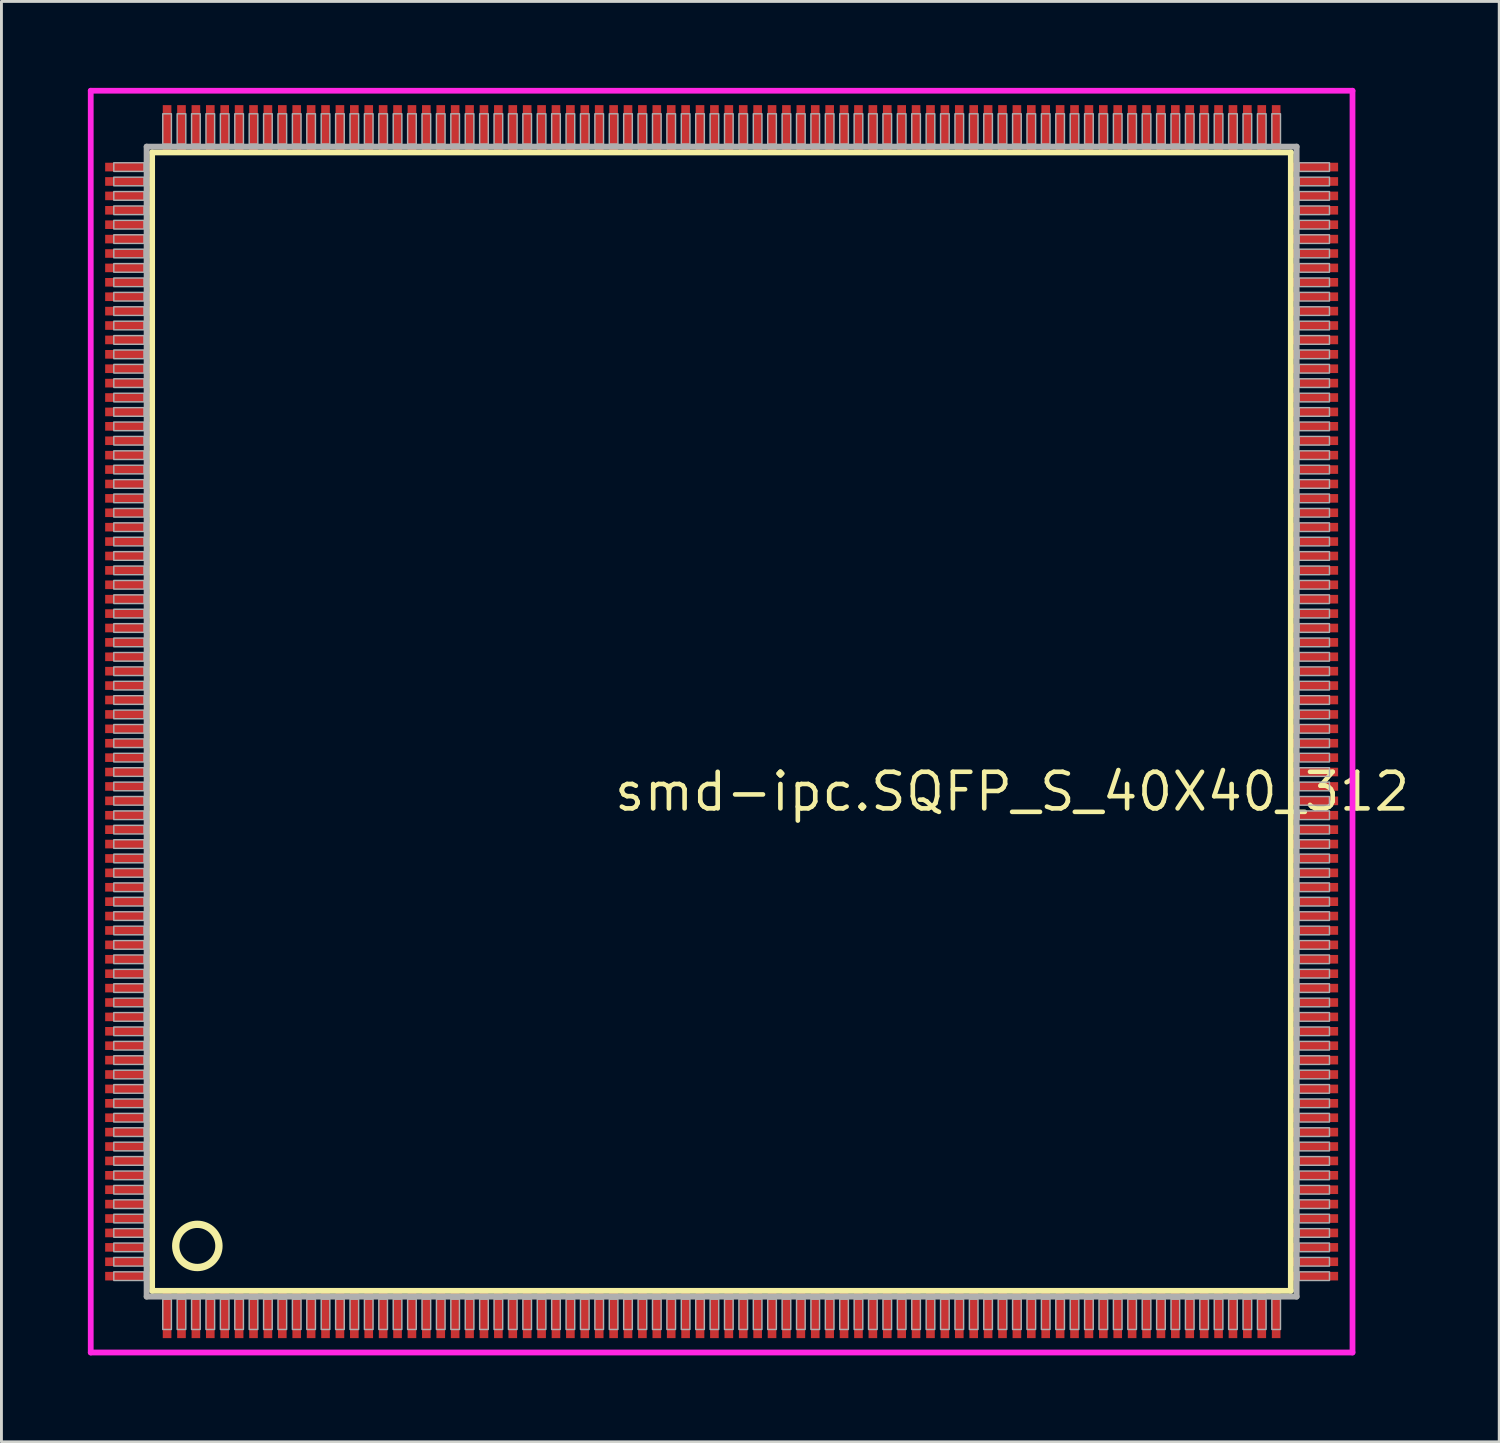
<source format=kicad_pcb>
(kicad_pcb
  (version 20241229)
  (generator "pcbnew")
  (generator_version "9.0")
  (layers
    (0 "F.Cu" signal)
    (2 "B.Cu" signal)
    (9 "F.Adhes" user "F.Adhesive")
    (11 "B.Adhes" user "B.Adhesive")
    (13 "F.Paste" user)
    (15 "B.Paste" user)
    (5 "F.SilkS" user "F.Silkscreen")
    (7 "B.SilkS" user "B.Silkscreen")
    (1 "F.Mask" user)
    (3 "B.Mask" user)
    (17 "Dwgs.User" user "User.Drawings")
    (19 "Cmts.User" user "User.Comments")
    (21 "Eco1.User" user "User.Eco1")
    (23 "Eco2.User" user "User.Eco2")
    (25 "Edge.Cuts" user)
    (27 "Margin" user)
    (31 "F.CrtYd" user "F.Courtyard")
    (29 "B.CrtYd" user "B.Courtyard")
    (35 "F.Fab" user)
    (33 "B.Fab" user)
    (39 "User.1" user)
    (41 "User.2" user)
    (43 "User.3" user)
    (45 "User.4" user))
  (footprint "smd-ipc.SQFP_S_40X40_312"
    (layer "F.Cu")
    (at 22 22)
    (property "Reference" "smd-ipc.SQFP_S_40X40_312" (at -3.81 3.175 0) (layer "F.SilkS") (effects (font (size 1.27 1.27) (thickness 0.16)) (justify left bottom)))
    (attr smd)
    (fp_line (start -19.77 -19.76) (end 19.76 -19.76) (stroke (width 0.203) (type default)) (layer "F.SilkS"))
    (fp_line (start -19.77 19.76) (end -19.77 -19.76) (stroke (width 0.203) (type default)) (layer "F.SilkS"))
    (fp_line (start 19.76 19.76) (end -19.77 19.76) (stroke (width 0.203) (type default)) (layer "F.SilkS"))
    (fp_line (start 19.76 -19.76) (end 19.76 19.76) (stroke (width 0.203) (type default)) (layer "F.SilkS"))
    (fp_circle (center -18.2 18.2) (end -17.45 18.2) (stroke (width 0.254) (type default)) (fill no) (layer "F.SilkS"))
    (fp_line (start -21.9 -21.9) (end 21.9 -21.9) (stroke (width 0.2) (type default)) (layer "F.CrtYd"))
    (fp_line (start -21.9 21.9) (end -21.9 -21.9) (stroke (width 0.2) (type default)) (layer "F.CrtYd"))
    (fp_line (start 21.9 -21.9) (end 21.9 21.9) (stroke (width 0.2) (type default)) (layer "F.CrtYd"))
    (fp_line (start 21.9 21.9) (end -21.9 21.9) (stroke (width 0.2) (type default)) (layer "F.CrtYd"))
    (fp_line (start -19.96 -19.96) (end -19.96 19.96) (stroke (width 0.203) (type default)) (layer "F.Fab"))
    (fp_line (start -19.96 19.96) (end 19.96 19.96) (stroke (width 0.203) (type default)) (layer "F.Fab"))
    (fp_line (start 19.96 -19.96) (end -19.96 -19.96) (stroke (width 0.203) (type default)) (layer "F.Fab"))
    (fp_line (start 19.96 19.96) (end 19.96 -19.96) (stroke (width 0.203) (type default)) (layer "F.Fab"))
    (fp_rect (start -21.1 -19.1) (end -20.05 -19.4) (stroke (width 0.05) (type default)) (fill no) (layer "F.Fab"))
    (fp_rect (start -21.1 -18.6) (end -20.05 -18.9) (stroke (width 0.05) (type default)) (fill no) (layer "F.Fab"))
    (fp_rect (start -21.1 -18.1) (end -20.05 -18.4) (stroke (width 0.05) (type default)) (fill no) (layer "F.Fab"))
    (fp_rect (start -21.1 -17.6) (end -20.05 -17.9) (stroke (width 0.05) (type default)) (fill no) (layer "F.Fab"))
    (fp_rect (start -21.1 -17.1) (end -20.05 -17.4) (stroke (width 0.05) (type default)) (fill no) (layer "F.Fab"))
    (fp_rect (start -21.1 -16.6) (end -20.05 -16.9) (stroke (width 0.05) (type default)) (fill no) (layer "F.Fab"))
    (fp_rect (start -21.1 -16.1) (end -20.05 -16.4) (stroke (width 0.05) (type default)) (fill no) (layer "F.Fab"))
    (fp_rect (start -21.1 -15.6) (end -20.05 -15.9) (stroke (width 0.05) (type default)) (fill no) (layer "F.Fab"))
    (fp_rect (start -21.1 -15.1) (end -20.05 -15.4) (stroke (width 0.05) (type default)) (fill no) (layer "F.Fab"))
    (fp_rect (start -21.1 -14.6) (end -20.05 -14.9) (stroke (width 0.05) (type default)) (fill no) (layer "F.Fab"))
    (fp_rect (start -21.1 -14.1) (end -20.05 -14.4) (stroke (width 0.05) (type default)) (fill no) (layer "F.Fab"))
    (fp_rect (start -21.1 -13.6) (end -20.05 -13.9) (stroke (width 0.05) (type default)) (fill no) (layer "F.Fab"))
    (fp_rect (start -21.1 -13.1) (end -20.05 -13.4) (stroke (width 0.05) (type default)) (fill no) (layer "F.Fab"))
    (fp_rect (start -21.1 -12.6) (end -20.05 -12.9) (stroke (width 0.05) (type default)) (fill no) (layer "F.Fab"))
    (fp_rect (start -21.1 -12.1) (end -20.05 -12.4) (stroke (width 0.05) (type default)) (fill no) (layer "F.Fab"))
    (fp_rect (start -21.1 -11.6) (end -20.05 -11.9) (stroke (width 0.05) (type default)) (fill no) (layer "F.Fab"))
    (fp_rect (start -21.1 -11.1) (end -20.05 -11.4) (stroke (width 0.05) (type default)) (fill no) (layer "F.Fab"))
    (fp_rect (start -21.1 -10.6) (end -20.05 -10.9) (stroke (width 0.05) (type default)) (fill no) (layer "F.Fab"))
    (fp_rect (start -21.1 -10.1) (end -20.05 -10.4) (stroke (width 0.05) (type default)) (fill no) (layer "F.Fab"))
    (fp_rect (start -21.1 -9.6) (end -20.05 -9.9) (stroke (width 0.05) (type default)) (fill no) (layer "F.Fab"))
    (fp_rect (start -21.1 -9.1) (end -20.05 -9.4) (stroke (width 0.05) (type default)) (fill no) (layer "F.Fab"))
    (fp_rect (start -21.1 -8.6) (end -20.05 -8.9) (stroke (width 0.05) (type default)) (fill no) (layer "F.Fab"))
    (fp_rect (start -21.1 -8.1) (end -20.05 -8.4) (stroke (width 0.05) (type default)) (fill no) (layer "F.Fab"))
    (fp_rect (start -21.1 -7.6) (end -20.05 -7.9) (stroke (width 0.05) (type default)) (fill no) (layer "F.Fab"))
    (fp_rect (start -21.1 -7.1) (end -20.05 -7.4) (stroke (width 0.05) (type default)) (fill no) (layer "F.Fab"))
    (fp_rect (start -21.1 -6.6) (end -20.05 -6.9) (stroke (width 0.05) (type default)) (fill no) (layer "F.Fab"))
    (fp_rect (start -21.1 -6.1) (end -20.05 -6.4) (stroke (width 0.05) (type default)) (fill no) (layer "F.Fab"))
    (fp_rect (start -21.1 -5.6) (end -20.05 -5.9) (stroke (width 0.05) (type default)) (fill no) (layer "F.Fab"))
    (fp_rect (start -21.1 -5.1) (end -20.05 -5.4) (stroke (width 0.05) (type default)) (fill no) (layer "F.Fab"))
    (fp_rect (start -21.1 -4.6) (end -20.05 -4.9) (stroke (width 0.05) (type default)) (fill no) (layer "F.Fab"))
    (fp_rect (start -21.1 -4.1) (end -20.05 -4.4) (stroke (width 0.05) (type default)) (fill no) (layer "F.Fab"))
    (fp_rect (start -21.1 -3.6) (end -20.05 -3.9) (stroke (width 0.05) (type default)) (fill no) (layer "F.Fab"))
    (fp_rect (start -21.1 -3.1) (end -20.05 -3.4) (stroke (width 0.05) (type default)) (fill no) (layer "F.Fab"))
    (fp_rect (start -21.1 -2.6) (end -20.05 -2.9) (stroke (width 0.05) (type default)) (fill no) (layer "F.Fab"))
    (fp_rect (start -21.1 -2.1) (end -20.05 -2.4) (stroke (width 0.05) (type default)) (fill no) (layer "F.Fab"))
    (fp_rect (start -21.1 -1.6) (end -20.05 -1.9) (stroke (width 0.05) (type default)) (fill no) (layer "F.Fab"))
    (fp_rect (start -21.1 -1.1) (end -20.05 -1.4) (stroke (width 0.05) (type default)) (fill no) (layer "F.Fab"))
    (fp_rect (start -21.1 -0.6) (end -20.05 -0.9) (stroke (width 0.05) (type default)) (fill no) (layer "F.Fab"))
    (fp_rect (start -21.1 -0.1) (end -20.05 -0.4) (stroke (width 0.05) (type default)) (fill no) (layer "F.Fab"))
    (fp_rect (start -21.1 0.4) (end -20.05 0.1) (stroke (width 0.05) (type default)) (fill no) (layer "F.Fab"))
    (fp_rect (start -21.1 0.9) (end -20.05 0.6) (stroke (width 0.05) (type default)) (fill no) (layer "F.Fab"))
    (fp_rect (start -21.1 1.4) (end -20.05 1.1) (stroke (width 0.05) (type default)) (fill no) (layer "F.Fab"))
    (fp_rect (start -21.1 1.9) (end -20.05 1.6) (stroke (width 0.05) (type default)) (fill no) (layer "F.Fab"))
    (fp_rect (start -21.1 2.4) (end -20.05 2.1) (stroke (width 0.05) (type default)) (fill no) (layer "F.Fab"))
    (fp_rect (start -21.1 2.9) (end -20.05 2.6) (stroke (width 0.05) (type default)) (fill no) (layer "F.Fab"))
    (fp_rect (start -21.1 3.4) (end -20.05 3.1) (stroke (width 0.05) (type default)) (fill no) (layer "F.Fab"))
    (fp_rect (start -21.1 3.9) (end -20.05 3.6) (stroke (width 0.05) (type default)) (fill no) (layer "F.Fab"))
    (fp_rect (start -21.1 4.4) (end -20.05 4.1) (stroke (width 0.05) (type default)) (fill no) (layer "F.Fab"))
    (fp_rect (start -21.1 4.9) (end -20.05 4.6) (stroke (width 0.05) (type default)) (fill no) (layer "F.Fab"))
    (fp_rect (start -21.1 5.4) (end -20.05 5.1) (stroke (width 0.05) (type default)) (fill no) (layer "F.Fab"))
    (fp_rect (start -21.1 5.9) (end -20.05 5.6) (stroke (width 0.05) (type default)) (fill no) (layer "F.Fab"))
    (fp_rect (start -21.1 6.4) (end -20.05 6.1) (stroke (width 0.05) (type default)) (fill no) (layer "F.Fab"))
    (fp_rect (start -21.1 6.9) (end -20.05 6.6) (stroke (width 0.05) (type default)) (fill no) (layer "F.Fab"))
    (fp_rect (start -21.1 7.4) (end -20.05 7.1) (stroke (width 0.05) (type default)) (fill no) (layer "F.Fab"))
    (fp_rect (start -21.1 7.9) (end -20.05 7.6) (stroke (width 0.05) (type default)) (fill no) (layer "F.Fab"))
    (fp_rect (start -21.1 8.4) (end -20.05 8.1) (stroke (width 0.05) (type default)) (fill no) (layer "F.Fab"))
    (fp_rect (start -21.1 8.9) (end -20.05 8.6) (stroke (width 0.05) (type default)) (fill no) (layer "F.Fab"))
    (fp_rect (start -21.1 9.4) (end -20.05 9.1) (stroke (width 0.05) (type default)) (fill no) (layer "F.Fab"))
    (fp_rect (start -21.1 9.9) (end -20.05 9.6) (stroke (width 0.05) (type default)) (fill no) (layer "F.Fab"))
    (fp_rect (start -21.1 10.4) (end -20.05 10.1) (stroke (width 0.05) (type default)) (fill no) (layer "F.Fab"))
    (fp_rect (start -21.1 10.9) (end -20.05 10.6) (stroke (width 0.05) (type default)) (fill no) (layer "F.Fab"))
    (fp_rect (start -21.1 11.4) (end -20.05 11.1) (stroke (width 0.05) (type default)) (fill no) (layer "F.Fab"))
    (fp_rect (start -21.1 11.9) (end -20.05 11.6) (stroke (width 0.05) (type default)) (fill no) (layer "F.Fab"))
    (fp_rect (start -21.1 12.4) (end -20.05 12.1) (stroke (width 0.05) (type default)) (fill no) (layer "F.Fab"))
    (fp_rect (start -21.1 12.9) (end -20.05 12.6) (stroke (width 0.05) (type default)) (fill no) (layer "F.Fab"))
    (fp_rect (start -21.1 13.4) (end -20.05 13.1) (stroke (width 0.05) (type default)) (fill no) (layer "F.Fab"))
    (fp_rect (start -21.1 13.9) (end -20.05 13.6) (stroke (width 0.05) (type default)) (fill no) (layer "F.Fab"))
    (fp_rect (start -21.1 14.4) (end -20.05 14.1) (stroke (width 0.05) (type default)) (fill no) (layer "F.Fab"))
    (fp_rect (start -21.1 14.9) (end -20.05 14.6) (stroke (width 0.05) (type default)) (fill no) (layer "F.Fab"))
    (fp_rect (start -21.1 15.4) (end -20.05 15.1) (stroke (width 0.05) (type default)) (fill no) (layer "F.Fab"))
    (fp_rect (start -21.1 15.9) (end -20.05 15.6) (stroke (width 0.05) (type default)) (fill no) (layer "F.Fab"))
    (fp_rect (start -21.1 16.4) (end -20.05 16.1) (stroke (width 0.05) (type default)) (fill no) (layer "F.Fab"))
    (fp_rect (start -21.1 16.9) (end -20.05 16.6) (stroke (width 0.05) (type default)) (fill no) (layer "F.Fab"))
    (fp_rect (start -21.1 17.4) (end -20.05 17.1) (stroke (width 0.05) (type default)) (fill no) (layer "F.Fab"))
    (fp_rect (start -21.1 17.9) (end -20.05 17.6) (stroke (width 0.05) (type default)) (fill no) (layer "F.Fab"))
    (fp_rect (start -21.1 18.4) (end -20.05 18.1) (stroke (width 0.05) (type default)) (fill no) (layer "F.Fab"))
    (fp_rect (start -21.1 18.9) (end -20.05 18.6) (stroke (width 0.05) (type default)) (fill no) (layer "F.Fab"))
    (fp_rect (start -21.1 19.4) (end -20.05 19.1) (stroke (width 0.05) (type default)) (fill no) (layer "F.Fab"))
    (fp_rect (start -19.4 -20.05) (end -19.1 -21.1) (stroke (width 0.05) (type default)) (fill no) (layer "F.Fab"))
    (fp_rect (start -19.4 21.1) (end -19.1 20.05) (stroke (width 0.05) (type default)) (fill no) (layer "F.Fab"))
    (fp_rect (start -18.9 -20.05) (end -18.6 -21.1) (stroke (width 0.05) (type default)) (fill no) (layer "F.Fab"))
    (fp_rect (start -18.9 21.1) (end -18.6 20.05) (stroke (width 0.05) (type default)) (fill no) (layer "F.Fab"))
    (fp_rect (start -18.4 -20.05) (end -18.1 -21.1) (stroke (width 0.05) (type default)) (fill no) (layer "F.Fab"))
    (fp_rect (start -18.4 21.1) (end -18.1 20.05) (stroke (width 0.05) (type default)) (fill no) (layer "F.Fab"))
    (fp_rect (start -17.9 -20.05) (end -17.6 -21.1) (stroke (width 0.05) (type default)) (fill no) (layer "F.Fab"))
    (fp_rect (start -17.9 21.1) (end -17.6 20.05) (stroke (width 0.05) (type default)) (fill no) (layer "F.Fab"))
    (fp_rect (start -17.4 -20.05) (end -17.1 -21.1) (stroke (width 0.05) (type default)) (fill no) (layer "F.Fab"))
    (fp_rect (start -17.4 21.1) (end -17.1 20.05) (stroke (width 0.05) (type default)) (fill no) (layer "F.Fab"))
    (fp_rect (start -16.9 -20.05) (end -16.6 -21.1) (stroke (width 0.05) (type default)) (fill no) (layer "F.Fab"))
    (fp_rect (start -16.9 21.1) (end -16.6 20.05) (stroke (width 0.05) (type default)) (fill no) (layer "F.Fab"))
    (fp_rect (start -16.4 -20.05) (end -16.1 -21.1) (stroke (width 0.05) (type default)) (fill no) (layer "F.Fab"))
    (fp_rect (start -16.4 21.1) (end -16.1 20.05) (stroke (width 0.05) (type default)) (fill no) (layer "F.Fab"))
    (fp_rect (start -15.9 -20.05) (end -15.6 -21.1) (stroke (width 0.05) (type default)) (fill no) (layer "F.Fab"))
    (fp_rect (start -15.9 21.1) (end -15.6 20.05) (stroke (width 0.05) (type default)) (fill no) (layer "F.Fab"))
    (fp_rect (start -15.4 -20.05) (end -15.1 -21.1) (stroke (width 0.05) (type default)) (fill no) (layer "F.Fab"))
    (fp_rect (start -15.4 21.1) (end -15.1 20.05) (stroke (width 0.05) (type default)) (fill no) (layer "F.Fab"))
    (fp_rect (start -14.9 -20.05) (end -14.6 -21.1) (stroke (width 0.05) (type default)) (fill no) (layer "F.Fab"))
    (fp_rect (start -14.9 21.1) (end -14.6 20.05) (stroke (width 0.05) (type default)) (fill no) (layer "F.Fab"))
    (fp_rect (start -14.4 -20.05) (end -14.1 -21.1) (stroke (width 0.05) (type default)) (fill no) (layer "F.Fab"))
    (fp_rect (start -14.4 21.1) (end -14.1 20.05) (stroke (width 0.05) (type default)) (fill no) (layer "F.Fab"))
    (fp_rect (start -13.9 -20.05) (end -13.6 -21.1) (stroke (width 0.05) (type default)) (fill no) (layer "F.Fab"))
    (fp_rect (start -13.9 21.1) (end -13.6 20.05) (stroke (width 0.05) (type default)) (fill no) (layer "F.Fab"))
    (fp_rect (start -13.4 -20.05) (end -13.1 -21.1) (stroke (width 0.05) (type default)) (fill no) (layer "F.Fab"))
    (fp_rect (start -13.4 21.1) (end -13.1 20.05) (stroke (width 0.05) (type default)) (fill no) (layer "F.Fab"))
    (fp_rect (start -12.9 -20.05) (end -12.6 -21.1) (stroke (width 0.05) (type default)) (fill no) (layer "F.Fab"))
    (fp_rect (start -12.9 21.1) (end -12.6 20.05) (stroke (width 0.05) (type default)) (fill no) (layer "F.Fab"))
    (fp_rect (start -12.4 -20.05) (end -12.1 -21.1) (stroke (width 0.05) (type default)) (fill no) (layer "F.Fab"))
    (fp_rect (start -12.4 21.1) (end -12.1 20.05) (stroke (width 0.05) (type default)) (fill no) (layer "F.Fab"))
    (fp_rect (start -11.9 -20.05) (end -11.6 -21.1) (stroke (width 0.05) (type default)) (fill no) (layer "F.Fab"))
    (fp_rect (start -11.9 21.1) (end -11.6 20.05) (stroke (width 0.05) (type default)) (fill no) (layer "F.Fab"))
    (fp_rect (start -11.4 -20.05) (end -11.1 -21.1) (stroke (width 0.05) (type default)) (fill no) (layer "F.Fab"))
    (fp_rect (start -11.4 21.1) (end -11.1 20.05) (stroke (width 0.05) (type default)) (fill no) (layer "F.Fab"))
    (fp_rect (start -10.9 -20.05) (end -10.6 -21.1) (stroke (width 0.05) (type default)) (fill no) (layer "F.Fab"))
    (fp_rect (start -10.9 21.1) (end -10.6 20.05) (stroke (width 0.05) (type default)) (fill no) (layer "F.Fab"))
    (fp_rect (start -10.4 -20.05) (end -10.1 -21.1) (stroke (width 0.05) (type default)) (fill no) (layer "F.Fab"))
    (fp_rect (start -10.4 21.1) (end -10.1 20.05) (stroke (width 0.05) (type default)) (fill no) (layer "F.Fab"))
    (fp_rect (start -9.9 -20.05) (end -9.6 -21.1) (stroke (width 0.05) (type default)) (fill no) (layer "F.Fab"))
    (fp_rect (start -9.9 21.1) (end -9.6 20.05) (stroke (width 0.05) (type default)) (fill no) (layer "F.Fab"))
    (fp_rect (start -9.4 -20.05) (end -9.1 -21.1) (stroke (width 0.05) (type default)) (fill no) (layer "F.Fab"))
    (fp_rect (start -9.4 21.1) (end -9.1 20.05) (stroke (width 0.05) (type default)) (fill no) (layer "F.Fab"))
    (fp_rect (start -8.9 -20.05) (end -8.6 -21.1) (stroke (width 0.05) (type default)) (fill no) (layer "F.Fab"))
    (fp_rect (start -8.9 21.1) (end -8.6 20.05) (stroke (width 0.05) (type default)) (fill no) (layer "F.Fab"))
    (fp_rect (start -8.4 -20.05) (end -8.1 -21.1) (stroke (width 0.05) (type default)) (fill no) (layer "F.Fab"))
    (fp_rect (start -8.4 21.1) (end -8.1 20.05) (stroke (width 0.05) (type default)) (fill no) (layer "F.Fab"))
    (fp_rect (start -7.9 -20.05) (end -7.6 -21.1) (stroke (width 0.05) (type default)) (fill no) (layer "F.Fab"))
    (fp_rect (start -7.9 21.1) (end -7.6 20.05) (stroke (width 0.05) (type default)) (fill no) (layer "F.Fab"))
    (fp_rect (start -7.4 -20.05) (end -7.1 -21.1) (stroke (width 0.05) (type default)) (fill no) (layer "F.Fab"))
    (fp_rect (start -7.4 21.1) (end -7.1 20.05) (stroke (width 0.05) (type default)) (fill no) (layer "F.Fab"))
    (fp_rect (start -6.9 -20.05) (end -6.6 -21.1) (stroke (width 0.05) (type default)) (fill no) (layer "F.Fab"))
    (fp_rect (start -6.9 21.1) (end -6.6 20.05) (stroke (width 0.05) (type default)) (fill no) (layer "F.Fab"))
    (fp_rect (start -6.4 -20.05) (end -6.1 -21.1) (stroke (width 0.05) (type default)) (fill no) (layer "F.Fab"))
    (fp_rect (start -6.4 21.1) (end -6.1 20.05) (stroke (width 0.05) (type default)) (fill no) (layer "F.Fab"))
    (fp_rect (start -5.9 -20.05) (end -5.6 -21.1) (stroke (width 0.05) (type default)) (fill no) (layer "F.Fab"))
    (fp_rect (start -5.9 21.1) (end -5.6 20.05) (stroke (width 0.05) (type default)) (fill no) (layer "F.Fab"))
    (fp_rect (start -5.4 -20.05) (end -5.1 -21.1) (stroke (width 0.05) (type default)) (fill no) (layer "F.Fab"))
    (fp_rect (start -5.4 21.1) (end -5.1 20.05) (stroke (width 0.05) (type default)) (fill no) (layer "F.Fab"))
    (fp_rect (start -4.9 -20.05) (end -4.6 -21.1) (stroke (width 0.05) (type default)) (fill no) (layer "F.Fab"))
    (fp_rect (start -4.9 21.1) (end -4.6 20.05) (stroke (width 0.05) (type default)) (fill no) (layer "F.Fab"))
    (fp_rect (start -4.4 -20.05) (end -4.1 -21.1) (stroke (width 0.05) (type default)) (fill no) (layer "F.Fab"))
    (fp_rect (start -4.4 21.1) (end -4.1 20.05) (stroke (width 0.05) (type default)) (fill no) (layer "F.Fab"))
    (fp_rect (start -3.9 -20.05) (end -3.6 -21.1) (stroke (width 0.05) (type default)) (fill no) (layer "F.Fab"))
    (fp_rect (start -3.9 21.1) (end -3.6 20.05) (stroke (width 0.05) (type default)) (fill no) (layer "F.Fab"))
    (fp_rect (start -3.4 -20.05) (end -3.1 -21.1) (stroke (width 0.05) (type default)) (fill no) (layer "F.Fab"))
    (fp_rect (start -3.4 21.1) (end -3.1 20.05) (stroke (width 0.05) (type default)) (fill no) (layer "F.Fab"))
    (fp_rect (start -2.9 -20.05) (end -2.6 -21.1) (stroke (width 0.05) (type default)) (fill no) (layer "F.Fab"))
    (fp_rect (start -2.9 21.1) (end -2.6 20.05) (stroke (width 0.05) (type default)) (fill no) (layer "F.Fab"))
    (fp_rect (start -2.4 -20.05) (end -2.1 -21.1) (stroke (width 0.05) (type default)) (fill no) (layer "F.Fab"))
    (fp_rect (start -2.4 21.1) (end -2.1 20.05) (stroke (width 0.05) (type default)) (fill no) (layer "F.Fab"))
    (fp_rect (start -1.9 -20.05) (end -1.6 -21.1) (stroke (width 0.05) (type default)) (fill no) (layer "F.Fab"))
    (fp_rect (start -1.9 21.1) (end -1.6 20.05) (stroke (width 0.05) (type default)) (fill no) (layer "F.Fab"))
    (fp_rect (start -1.4 -20.05) (end -1.1 -21.1) (stroke (width 0.05) (type default)) (fill no) (layer "F.Fab"))
    (fp_rect (start -1.4 21.1) (end -1.1 20.05) (stroke (width 0.05) (type default)) (fill no) (layer "F.Fab"))
    (fp_rect (start -0.9 -20.05) (end -0.6 -21.1) (stroke (width 0.05) (type default)) (fill no) (layer "F.Fab"))
    (fp_rect (start -0.9 21.1) (end -0.6 20.05) (stroke (width 0.05) (type default)) (fill no) (layer "F.Fab"))
    (fp_rect (start -0.4 -20.05) (end -0.1 -21.1) (stroke (width 0.05) (type default)) (fill no) (layer "F.Fab"))
    (fp_rect (start -0.4 21.1) (end -0.1 20.05) (stroke (width 0.05) (type default)) (fill no) (layer "F.Fab"))
    (fp_rect (start 0.1 -20.05) (end 0.4 -21.1) (stroke (width 0.05) (type default)) (fill no) (layer "F.Fab"))
    (fp_rect (start 0.1 21.1) (end 0.4 20.05) (stroke (width 0.05) (type default)) (fill no) (layer "F.Fab"))
    (fp_rect (start 0.6 -20.05) (end 0.9 -21.1) (stroke (width 0.05) (type default)) (fill no) (layer "F.Fab"))
    (fp_rect (start 0.6 21.1) (end 0.9 20.05) (stroke (width 0.05) (type default)) (fill no) (layer "F.Fab"))
    (fp_rect (start 1.1 -20.05) (end 1.4 -21.1) (stroke (width 0.05) (type default)) (fill no) (layer "F.Fab"))
    (fp_rect (start 1.1 21.1) (end 1.4 20.05) (stroke (width 0.05) (type default)) (fill no) (layer "F.Fab"))
    (fp_rect (start 1.6 -20.05) (end 1.9 -21.1) (stroke (width 0.05) (type default)) (fill no) (layer "F.Fab"))
    (fp_rect (start 1.6 21.1) (end 1.9 20.05) (stroke (width 0.05) (type default)) (fill no) (layer "F.Fab"))
    (fp_rect (start 2.1 -20.05) (end 2.4 -21.1) (stroke (width 0.05) (type default)) (fill no) (layer "F.Fab"))
    (fp_rect (start 2.1 21.1) (end 2.4 20.05) (stroke (width 0.05) (type default)) (fill no) (layer "F.Fab"))
    (fp_rect (start 2.6 -20.05) (end 2.9 -21.1) (stroke (width 0.05) (type default)) (fill no) (layer "F.Fab"))
    (fp_rect (start 2.6 21.1) (end 2.9 20.05) (stroke (width 0.05) (type default)) (fill no) (layer "F.Fab"))
    (fp_rect (start 3.1 -20.05) (end 3.4 -21.1) (stroke (width 0.05) (type default)) (fill no) (layer "F.Fab"))
    (fp_rect (start 3.1 21.1) (end 3.4 20.05) (stroke (width 0.05) (type default)) (fill no) (layer "F.Fab"))
    (fp_rect (start 3.6 -20.05) (end 3.9 -21.1) (stroke (width 0.05) (type default)) (fill no) (layer "F.Fab"))
    (fp_rect (start 3.6 21.1) (end 3.9 20.05) (stroke (width 0.05) (type default)) (fill no) (layer "F.Fab"))
    (fp_rect (start 4.1 -20.05) (end 4.4 -21.1) (stroke (width 0.05) (type default)) (fill no) (layer "F.Fab"))
    (fp_rect (start 4.1 21.1) (end 4.4 20.05) (stroke (width 0.05) (type default)) (fill no) (layer "F.Fab"))
    (fp_rect (start 4.6 -20.05) (end 4.9 -21.1) (stroke (width 0.05) (type default)) (fill no) (layer "F.Fab"))
    (fp_rect (start 4.6 21.1) (end 4.9 20.05) (stroke (width 0.05) (type default)) (fill no) (layer "F.Fab"))
    (fp_rect (start 5.1 -20.05) (end 5.4 -21.1) (stroke (width 0.05) (type default)) (fill no) (layer "F.Fab"))
    (fp_rect (start 5.1 21.1) (end 5.4 20.05) (stroke (width 0.05) (type default)) (fill no) (layer "F.Fab"))
    (fp_rect (start 5.6 -20.05) (end 5.9 -21.1) (stroke (width 0.05) (type default)) (fill no) (layer "F.Fab"))
    (fp_rect (start 5.6 21.1) (end 5.9 20.05) (stroke (width 0.05) (type default)) (fill no) (layer "F.Fab"))
    (fp_rect (start 6.1 -20.05) (end 6.4 -21.1) (stroke (width 0.05) (type default)) (fill no) (layer "F.Fab"))
    (fp_rect (start 6.1 21.1) (end 6.4 20.05) (stroke (width 0.05) (type default)) (fill no) (layer "F.Fab"))
    (fp_rect (start 6.6 -20.05) (end 6.9 -21.1) (stroke (width 0.05) (type default)) (fill no) (layer "F.Fab"))
    (fp_rect (start 6.6 21.1) (end 6.9 20.05) (stroke (width 0.05) (type default)) (fill no) (layer "F.Fab"))
    (fp_rect (start 7.1 -20.05) (end 7.4 -21.1) (stroke (width 0.05) (type default)) (fill no) (layer "F.Fab"))
    (fp_rect (start 7.1 21.1) (end 7.4 20.05) (stroke (width 0.05) (type default)) (fill no) (layer "F.Fab"))
    (fp_rect (start 7.6 -20.05) (end 7.9 -21.1) (stroke (width 0.05) (type default)) (fill no) (layer "F.Fab"))
    (fp_rect (start 7.6 21.1) (end 7.9 20.05) (stroke (width 0.05) (type default)) (fill no) (layer "F.Fab"))
    (fp_rect (start 8.1 -20.05) (end 8.4 -21.1) (stroke (width 0.05) (type default)) (fill no) (layer "F.Fab"))
    (fp_rect (start 8.1 21.1) (end 8.4 20.05) (stroke (width 0.05) (type default)) (fill no) (layer "F.Fab"))
    (fp_rect (start 8.6 -20.05) (end 8.9 -21.1) (stroke (width 0.05) (type default)) (fill no) (layer "F.Fab"))
    (fp_rect (start 8.6 21.1) (end 8.9 20.05) (stroke (width 0.05) (type default)) (fill no) (layer "F.Fab"))
    (fp_rect (start 9.1 -20.05) (end 9.4 -21.1) (stroke (width 0.05) (type default)) (fill no) (layer "F.Fab"))
    (fp_rect (start 9.1 21.1) (end 9.4 20.05) (stroke (width 0.05) (type default)) (fill no) (layer "F.Fab"))
    (fp_rect (start 9.6 -20.05) (end 9.9 -21.1) (stroke (width 0.05) (type default)) (fill no) (layer "F.Fab"))
    (fp_rect (start 9.6 21.1) (end 9.9 20.05) (stroke (width 0.05) (type default)) (fill no) (layer "F.Fab"))
    (fp_rect (start 10.1 -20.05) (end 10.4 -21.1) (stroke (width 0.05) (type default)) (fill no) (layer "F.Fab"))
    (fp_rect (start 10.1 21.1) (end 10.4 20.05) (stroke (width 0.05) (type default)) (fill no) (layer "F.Fab"))
    (fp_rect (start 10.6 -20.05) (end 10.9 -21.1) (stroke (width 0.05) (type default)) (fill no) (layer "F.Fab"))
    (fp_rect (start 10.6 21.1) (end 10.9 20.05) (stroke (width 0.05) (type default)) (fill no) (layer "F.Fab"))
    (fp_rect (start 11.1 -20.05) (end 11.4 -21.1) (stroke (width 0.05) (type default)) (fill no) (layer "F.Fab"))
    (fp_rect (start 11.1 21.1) (end 11.4 20.05) (stroke (width 0.05) (type default)) (fill no) (layer "F.Fab"))
    (fp_rect (start 11.6 -20.05) (end 11.9 -21.1) (stroke (width 0.05) (type default)) (fill no) (layer "F.Fab"))
    (fp_rect (start 11.6 21.1) (end 11.9 20.05) (stroke (width 0.05) (type default)) (fill no) (layer "F.Fab"))
    (fp_rect (start 12.1 -20.05) (end 12.4 -21.1) (stroke (width 0.05) (type default)) (fill no) (layer "F.Fab"))
    (fp_rect (start 12.1 21.1) (end 12.4 20.05) (stroke (width 0.05) (type default)) (fill no) (layer "F.Fab"))
    (fp_rect (start 12.6 -20.05) (end 12.9 -21.1) (stroke (width 0.05) (type default)) (fill no) (layer "F.Fab"))
    (fp_rect (start 12.6 21.1) (end 12.9 20.05) (stroke (width 0.05) (type default)) (fill no) (layer "F.Fab"))
    (fp_rect (start 13.1 -20.05) (end 13.4 -21.1) (stroke (width 0.05) (type default)) (fill no) (layer "F.Fab"))
    (fp_rect (start 13.1 21.1) (end 13.4 20.05) (stroke (width 0.05) (type default)) (fill no) (layer "F.Fab"))
    (fp_rect (start 13.6 -20.05) (end 13.9 -21.1) (stroke (width 0.05) (type default)) (fill no) (layer "F.Fab"))
    (fp_rect (start 13.6 21.1) (end 13.9 20.05) (stroke (width 0.05) (type default)) (fill no) (layer "F.Fab"))
    (fp_rect (start 14.1 -20.05) (end 14.4 -21.1) (stroke (width 0.05) (type default)) (fill no) (layer "F.Fab"))
    (fp_rect (start 14.1 21.1) (end 14.4 20.05) (stroke (width 0.05) (type default)) (fill no) (layer "F.Fab"))
    (fp_rect (start 14.6 -20.05) (end 14.9 -21.1) (stroke (width 0.05) (type default)) (fill no) (layer "F.Fab"))
    (fp_rect (start 14.6 21.1) (end 14.9 20.05) (stroke (width 0.05) (type default)) (fill no) (layer "F.Fab"))
    (fp_rect (start 15.1 -20.05) (end 15.4 -21.1) (stroke (width 0.05) (type default)) (fill no) (layer "F.Fab"))
    (fp_rect (start 15.1 21.1) (end 15.4 20.05) (stroke (width 0.05) (type default)) (fill no) (layer "F.Fab"))
    (fp_rect (start 15.6 -20.05) (end 15.9 -21.1) (stroke (width 0.05) (type default)) (fill no) (layer "F.Fab"))
    (fp_rect (start 15.6 21.1) (end 15.9 20.05) (stroke (width 0.05) (type default)) (fill no) (layer "F.Fab"))
    (fp_rect (start 16.1 -20.05) (end 16.4 -21.1) (stroke (width 0.05) (type default)) (fill no) (layer "F.Fab"))
    (fp_rect (start 16.1 21.1) (end 16.4 20.05) (stroke (width 0.05) (type default)) (fill no) (layer "F.Fab"))
    (fp_rect (start 16.6 -20.05) (end 16.9 -21.1) (stroke (width 0.05) (type default)) (fill no) (layer "F.Fab"))
    (fp_rect (start 16.6 21.1) (end 16.9 20.05) (stroke (width 0.05) (type default)) (fill no) (layer "F.Fab"))
    (fp_rect (start 17.1 -20.05) (end 17.4 -21.1) (stroke (width 0.05) (type default)) (fill no) (layer "F.Fab"))
    (fp_rect (start 17.1 21.1) (end 17.4 20.05) (stroke (width 0.05) (type default)) (fill no) (layer "F.Fab"))
    (fp_rect (start 17.6 -20.05) (end 17.9 -21.1) (stroke (width 0.05) (type default)) (fill no) (layer "F.Fab"))
    (fp_rect (start 17.6 21.1) (end 17.9 20.05) (stroke (width 0.05) (type default)) (fill no) (layer "F.Fab"))
    (fp_rect (start 18.1 -20.05) (end 18.4 -21.1) (stroke (width 0.05) (type default)) (fill no) (layer "F.Fab"))
    (fp_rect (start 18.1 21.1) (end 18.4 20.05) (stroke (width 0.05) (type default)) (fill no) (layer "F.Fab"))
    (fp_rect (start 18.6 -20.05) (end 18.9 -21.1) (stroke (width 0.05) (type default)) (fill no) (layer "F.Fab"))
    (fp_rect (start 18.6 21.1) (end 18.9 20.05) (stroke (width 0.05) (type default)) (fill no) (layer "F.Fab"))
    (fp_rect (start 19.1 -20.05) (end 19.4 -21.1) (stroke (width 0.05) (type default)) (fill no) (layer "F.Fab"))
    (fp_rect (start 19.1 21.1) (end 19.4 20.05) (stroke (width 0.05) (type default)) (fill no) (layer "F.Fab"))
    (fp_rect (start 20.05 -19.1) (end 21.1 -19.4) (stroke (width 0.05) (type default)) (fill no) (layer "F.Fab"))
    (fp_rect (start 20.05 -18.6) (end 21.1 -18.9) (stroke (width 0.05) (type default)) (fill no) (layer "F.Fab"))
    (fp_rect (start 20.05 -18.1) (end 21.1 -18.4) (stroke (width 0.05) (type default)) (fill no) (layer "F.Fab"))
    (fp_rect (start 20.05 -17.6) (end 21.1 -17.9) (stroke (width 0.05) (type default)) (fill no) (layer "F.Fab"))
    (fp_rect (start 20.05 -17.1) (end 21.1 -17.4) (stroke (width 0.05) (type default)) (fill no) (layer "F.Fab"))
    (fp_rect (start 20.05 -16.6) (end 21.1 -16.9) (stroke (width 0.05) (type default)) (fill no) (layer "F.Fab"))
    (fp_rect (start 20.05 -16.1) (end 21.1 -16.4) (stroke (width 0.05) (type default)) (fill no) (layer "F.Fab"))
    (fp_rect (start 20.05 -15.6) (end 21.1 -15.9) (stroke (width 0.05) (type default)) (fill no) (layer "F.Fab"))
    (fp_rect (start 20.05 -15.1) (end 21.1 -15.4) (stroke (width 0.05) (type default)) (fill no) (layer "F.Fab"))
    (fp_rect (start 20.05 -14.6) (end 21.1 -14.9) (stroke (width 0.05) (type default)) (fill no) (layer "F.Fab"))
    (fp_rect (start 20.05 -14.1) (end 21.1 -14.4) (stroke (width 0.05) (type default)) (fill no) (layer "F.Fab"))
    (fp_rect (start 20.05 -13.6) (end 21.1 -13.9) (stroke (width 0.05) (type default)) (fill no) (layer "F.Fab"))
    (fp_rect (start 20.05 -13.1) (end 21.1 -13.4) (stroke (width 0.05) (type default)) (fill no) (layer "F.Fab"))
    (fp_rect (start 20.05 -12.6) (end 21.1 -12.9) (stroke (width 0.05) (type default)) (fill no) (layer "F.Fab"))
    (fp_rect (start 20.05 -12.1) (end 21.1 -12.4) (stroke (width 0.05) (type default)) (fill no) (layer "F.Fab"))
    (fp_rect (start 20.05 -11.6) (end 21.1 -11.9) (stroke (width 0.05) (type default)) (fill no) (layer "F.Fab"))
    (fp_rect (start 20.05 -11.1) (end 21.1 -11.4) (stroke (width 0.05) (type default)) (fill no) (layer "F.Fab"))
    (fp_rect (start 20.05 -10.6) (end 21.1 -10.9) (stroke (width 0.05) (type default)) (fill no) (layer "F.Fab"))
    (fp_rect (start 20.05 -10.1) (end 21.1 -10.4) (stroke (width 0.05) (type default)) (fill no) (layer "F.Fab"))
    (fp_rect (start 20.05 -9.6) (end 21.1 -9.9) (stroke (width 0.05) (type default)) (fill no) (layer "F.Fab"))
    (fp_rect (start 20.05 -9.1) (end 21.1 -9.4) (stroke (width 0.05) (type default)) (fill no) (layer "F.Fab"))
    (fp_rect (start 20.05 -8.6) (end 21.1 -8.9) (stroke (width 0.05) (type default)) (fill no) (layer "F.Fab"))
    (fp_rect (start 20.05 -8.1) (end 21.1 -8.4) (stroke (width 0.05) (type default)) (fill no) (layer "F.Fab"))
    (fp_rect (start 20.05 -7.6) (end 21.1 -7.9) (stroke (width 0.05) (type default)) (fill no) (layer "F.Fab"))
    (fp_rect (start 20.05 -7.1) (end 21.1 -7.4) (stroke (width 0.05) (type default)) (fill no) (layer "F.Fab"))
    (fp_rect (start 20.05 -6.6) (end 21.1 -6.9) (stroke (width 0.05) (type default)) (fill no) (layer "F.Fab"))
    (fp_rect (start 20.05 -6.1) (end 21.1 -6.4) (stroke (width 0.05) (type default)) (fill no) (layer "F.Fab"))
    (fp_rect (start 20.05 -5.6) (end 21.1 -5.9) (stroke (width 0.05) (type default)) (fill no) (layer "F.Fab"))
    (fp_rect (start 20.05 -5.1) (end 21.1 -5.4) (stroke (width 0.05) (type default)) (fill no) (layer "F.Fab"))
    (fp_rect (start 20.05 -4.6) (end 21.1 -4.9) (stroke (width 0.05) (type default)) (fill no) (layer "F.Fab"))
    (fp_rect (start 20.05 -4.1) (end 21.1 -4.4) (stroke (width 0.05) (type default)) (fill no) (layer "F.Fab"))
    (fp_rect (start 20.05 -3.6) (end 21.1 -3.9) (stroke (width 0.05) (type default)) (fill no) (layer "F.Fab"))
    (fp_rect (start 20.05 -3.1) (end 21.1 -3.4) (stroke (width 0.05) (type default)) (fill no) (layer "F.Fab"))
    (fp_rect (start 20.05 -2.6) (end 21.1 -2.9) (stroke (width 0.05) (type default)) (fill no) (layer "F.Fab"))
    (fp_rect (start 20.05 -2.1) (end 21.1 -2.4) (stroke (width 0.05) (type default)) (fill no) (layer "F.Fab"))
    (fp_rect (start 20.05 -1.6) (end 21.1 -1.9) (stroke (width 0.05) (type default)) (fill no) (layer "F.Fab"))
    (fp_rect (start 20.05 -1.1) (end 21.1 -1.4) (stroke (width 0.05) (type default)) (fill no) (layer "F.Fab"))
    (fp_rect (start 20.05 -0.6) (end 21.1 -0.9) (stroke (width 0.05) (type default)) (fill no) (layer "F.Fab"))
    (fp_rect (start 20.05 -0.1) (end 21.1 -0.4) (stroke (width 0.05) (type default)) (fill no) (layer "F.Fab"))
    (fp_rect (start 20.05 0.4) (end 21.1 0.1) (stroke (width 0.05) (type default)) (fill no) (layer "F.Fab"))
    (fp_rect (start 20.05 0.9) (end 21.1 0.6) (stroke (width 0.05) (type default)) (fill no) (layer "F.Fab"))
    (fp_rect (start 20.05 1.4) (end 21.1 1.1) (stroke (width 0.05) (type default)) (fill no) (layer "F.Fab"))
    (fp_rect (start 20.05 1.9) (end 21.1 1.6) (stroke (width 0.05) (type default)) (fill no) (layer "F.Fab"))
    (fp_rect (start 20.05 2.4) (end 21.1 2.1) (stroke (width 0.05) (type default)) (fill no) (layer "F.Fab"))
    (fp_rect (start 20.05 2.9) (end 21.1 2.6) (stroke (width 0.05) (type default)) (fill no) (layer "F.Fab"))
    (fp_rect (start 20.05 3.4) (end 21.1 3.1) (stroke (width 0.05) (type default)) (fill no) (layer "F.Fab"))
    (fp_rect (start 20.05 3.9) (end 21.1 3.6) (stroke (width 0.05) (type default)) (fill no) (layer "F.Fab"))
    (fp_rect (start 20.05 4.4) (end 21.1 4.1) (stroke (width 0.05) (type default)) (fill no) (layer "F.Fab"))
    (fp_rect (start 20.05 4.9) (end 21.1 4.6) (stroke (width 0.05) (type default)) (fill no) (layer "F.Fab"))
    (fp_rect (start 20.05 5.4) (end 21.1 5.1) (stroke (width 0.05) (type default)) (fill no) (layer "F.Fab"))
    (fp_rect (start 20.05 5.9) (end 21.1 5.6) (stroke (width 0.05) (type default)) (fill no) (layer "F.Fab"))
    (fp_rect (start 20.05 6.4) (end 21.1 6.1) (stroke (width 0.05) (type default)) (fill no) (layer "F.Fab"))
    (fp_rect (start 20.05 6.9) (end 21.1 6.6) (stroke (width 0.05) (type default)) (fill no) (layer "F.Fab"))
    (fp_rect (start 20.05 7.4) (end 21.1 7.1) (stroke (width 0.05) (type default)) (fill no) (layer "F.Fab"))
    (fp_rect (start 20.05 7.9) (end 21.1 7.6) (stroke (width 0.05) (type default)) (fill no) (layer "F.Fab"))
    (fp_rect (start 20.05 8.4) (end 21.1 8.1) (stroke (width 0.05) (type default)) (fill no) (layer "F.Fab"))
    (fp_rect (start 20.05 8.9) (end 21.1 8.6) (stroke (width 0.05) (type default)) (fill no) (layer "F.Fab"))
    (fp_rect (start 20.05 9.4) (end 21.1 9.1) (stroke (width 0.05) (type default)) (fill no) (layer "F.Fab"))
    (fp_rect (start 20.05 9.9) (end 21.1 9.6) (stroke (width 0.05) (type default)) (fill no) (layer "F.Fab"))
    (fp_rect (start 20.05 10.4) (end 21.1 10.1) (stroke (width 0.05) (type default)) (fill no) (layer "F.Fab"))
    (fp_rect (start 20.05 10.9) (end 21.1 10.6) (stroke (width 0.05) (type default)) (fill no) (layer "F.Fab"))
    (fp_rect (start 20.05 11.4) (end 21.1 11.1) (stroke (width 0.05) (type default)) (fill no) (layer "F.Fab"))
    (fp_rect (start 20.05 11.9) (end 21.1 11.6) (stroke (width 0.05) (type default)) (fill no) (layer "F.Fab"))
    (fp_rect (start 20.05 12.4) (end 21.1 12.1) (stroke (width 0.05) (type default)) (fill no) (layer "F.Fab"))
    (fp_rect (start 20.05 12.9) (end 21.1 12.6) (stroke (width 0.05) (type default)) (fill no) (layer "F.Fab"))
    (fp_rect (start 20.05 13.4) (end 21.1 13.1) (stroke (width 0.05) (type default)) (fill no) (layer "F.Fab"))
    (fp_rect (start 20.05 13.9) (end 21.1 13.6) (stroke (width 0.05) (type default)) (fill no) (layer "F.Fab"))
    (fp_rect (start 20.05 14.4) (end 21.1 14.1) (stroke (width 0.05) (type default)) (fill no) (layer "F.Fab"))
    (fp_rect (start 20.05 14.9) (end 21.1 14.6) (stroke (width 0.05) (type default)) (fill no) (layer "F.Fab"))
    (fp_rect (start 20.05 15.4) (end 21.1 15.1) (stroke (width 0.05) (type default)) (fill no) (layer "F.Fab"))
    (fp_rect (start 20.05 15.9) (end 21.1 15.6) (stroke (width 0.05) (type default)) (fill no) (layer "F.Fab"))
    (fp_rect (start 20.05 16.4) (end 21.1 16.1) (stroke (width 0.05) (type default)) (fill no) (layer "F.Fab"))
    (fp_rect (start 20.05 16.9) (end 21.1 16.6) (stroke (width 0.05) (type default)) (fill no) (layer "F.Fab"))
    (fp_rect (start 20.05 17.4) (end 21.1 17.1) (stroke (width 0.05) (type default)) (fill no) (layer "F.Fab"))
    (fp_rect (start 20.05 17.9) (end 21.1 17.6) (stroke (width 0.05) (type default)) (fill no) (layer "F.Fab"))
    (fp_rect (start 20.05 18.4) (end 21.1 18.1) (stroke (width 0.05) (type default)) (fill no) (layer "F.Fab"))
    (fp_rect (start 20.05 18.9) (end 21.1 18.6) (stroke (width 0.05) (type default)) (fill no) (layer "F.Fab"))
    (fp_rect (start 20.05 19.4) (end 21.1 19.1) (stroke (width 0.05) (type default)) (fill no) (layer "F.Fab"))
    (pad "1" smd roundrect (at -19.25 20.6) (size 0.3 1.6) (layers "F.Cu" "F.Mask" "F.Paste") (roundrect_rratio 0.01))
    (pad "2" smd roundrect (at -18.75 20.6) (size 0.3 1.6) (layers "F.Cu" "F.Mask" "F.Paste") (roundrect_rratio 0.01))
    (pad "3" smd roundrect (at -18.25 20.6) (size 0.3 1.6) (layers "F.Cu" "F.Mask" "F.Paste") (roundrect_rratio 0.01))
    (pad "4" smd roundrect (at -17.75 20.6) (size 0.3 1.6) (layers "F.Cu" "F.Mask" "F.Paste") (roundrect_rratio 0.01))
    (pad "5" smd roundrect (at -17.25 20.6) (size 0.3 1.6) (layers "F.Cu" "F.Mask" "F.Paste") (roundrect_rratio 0.01))
    (pad "6" smd roundrect (at -16.75 20.6) (size 0.3 1.6) (layers "F.Cu" "F.Mask" "F.Paste") (roundrect_rratio 0.01))
    (pad "7" smd roundrect (at -16.25 20.6) (size 0.3 1.6) (layers "F.Cu" "F.Mask" "F.Paste") (roundrect_rratio 0.01))
    (pad "8" smd roundrect (at -15.75 20.6) (size 0.3 1.6) (layers "F.Cu" "F.Mask" "F.Paste") (roundrect_rratio 0.01))
    (pad "9" smd roundrect (at -15.25 20.6) (size 0.3 1.6) (layers "F.Cu" "F.Mask" "F.Paste") (roundrect_rratio 0.01))
    (pad "10" smd roundrect (at -14.75 20.6) (size 0.3 1.6) (layers "F.Cu" "F.Mask" "F.Paste") (roundrect_rratio 0.01))
    (pad "11" smd roundrect (at -14.25 20.6) (size 0.3 1.6) (layers "F.Cu" "F.Mask" "F.Paste") (roundrect_rratio 0.01))
    (pad "12" smd roundrect (at -13.75 20.6) (size 0.3 1.6) (layers "F.Cu" "F.Mask" "F.Paste") (roundrect_rratio 0.01))
    (pad "13" smd roundrect (at -13.25 20.6) (size 0.3 1.6) (layers "F.Cu" "F.Mask" "F.Paste") (roundrect_rratio 0.01))
    (pad "14" smd roundrect (at -12.75 20.6) (size 0.3 1.6) (layers "F.Cu" "F.Mask" "F.Paste") (roundrect_rratio 0.01))
    (pad "15" smd roundrect (at -12.25 20.6) (size 0.3 1.6) (layers "F.Cu" "F.Mask" "F.Paste") (roundrect_rratio 0.01))
    (pad "16" smd roundrect (at -11.75 20.6) (size 0.3 1.6) (layers "F.Cu" "F.Mask" "F.Paste") (roundrect_rratio 0.01))
    (pad "17" smd roundrect (at -11.25 20.6) (size 0.3 1.6) (layers "F.Cu" "F.Mask" "F.Paste") (roundrect_rratio 0.01))
    (pad "18" smd roundrect (at -10.75 20.6) (size 0.3 1.6) (layers "F.Cu" "F.Mask" "F.Paste") (roundrect_rratio 0.01))
    (pad "19" smd roundrect (at -10.25 20.6) (size 0.3 1.6) (layers "F.Cu" "F.Mask" "F.Paste") (roundrect_rratio 0.01))
    (pad "20" smd roundrect (at -9.75 20.6) (size 0.3 1.6) (layers "F.Cu" "F.Mask" "F.Paste") (roundrect_rratio 0.01))
    (pad "21" smd roundrect (at -9.25 20.6) (size 0.3 1.6) (layers "F.Cu" "F.Mask" "F.Paste") (roundrect_rratio 0.01))
    (pad "22" smd roundrect (at -8.75 20.6) (size 0.3 1.6) (layers "F.Cu" "F.Mask" "F.Paste") (roundrect_rratio 0.01))
    (pad "23" smd roundrect (at -8.25 20.6) (size 0.3 1.6) (layers "F.Cu" "F.Mask" "F.Paste") (roundrect_rratio 0.01))
    (pad "24" smd roundrect (at -7.75 20.6) (size 0.3 1.6) (layers "F.Cu" "F.Mask" "F.Paste") (roundrect_rratio 0.01))
    (pad "25" smd roundrect (at -7.25 20.6) (size 0.3 1.6) (layers "F.Cu" "F.Mask" "F.Paste") (roundrect_rratio 0.01))
    (pad "26" smd roundrect (at -6.75 20.6) (size 0.3 1.6) (layers "F.Cu" "F.Mask" "F.Paste") (roundrect_rratio 0.01))
    (pad "27" smd roundrect (at -6.25 20.6) (size 0.3 1.6) (layers "F.Cu" "F.Mask" "F.Paste") (roundrect_rratio 0.01))
    (pad "28" smd roundrect (at -5.75 20.6) (size 0.3 1.6) (layers "F.Cu" "F.Mask" "F.Paste") (roundrect_rratio 0.01))
    (pad "29" smd roundrect (at -5.25 20.6) (size 0.3 1.6) (layers "F.Cu" "F.Mask" "F.Paste") (roundrect_rratio 0.01))
    (pad "30" smd roundrect (at -4.75 20.6) (size 0.3 1.6) (layers "F.Cu" "F.Mask" "F.Paste") (roundrect_rratio 0.01))
    (pad "31" smd roundrect (at -4.25 20.6) (size 0.3 1.6) (layers "F.Cu" "F.Mask" "F.Paste") (roundrect_rratio 0.01))
    (pad "32" smd roundrect (at -3.75 20.6) (size 0.3 1.6) (layers "F.Cu" "F.Mask" "F.Paste") (roundrect_rratio 0.01))
    (pad "33" smd roundrect (at -3.25 20.6) (size 0.3 1.6) (layers "F.Cu" "F.Mask" "F.Paste") (roundrect_rratio 0.01))
    (pad "34" smd roundrect (at -2.75 20.6) (size 0.3 1.6) (layers "F.Cu" "F.Mask" "F.Paste") (roundrect_rratio 0.01))
    (pad "35" smd roundrect (at -2.25 20.6) (size 0.3 1.6) (layers "F.Cu" "F.Mask" "F.Paste") (roundrect_rratio 0.01))
    (pad "36" smd roundrect (at -1.75 20.6) (size 0.3 1.6) (layers "F.Cu" "F.Mask" "F.Paste") (roundrect_rratio 0.01))
    (pad "37" smd roundrect (at -1.25 20.6) (size 0.3 1.6) (layers "F.Cu" "F.Mask" "F.Paste") (roundrect_rratio 0.01))
    (pad "38" smd roundrect (at -0.75 20.6) (size 0.3 1.6) (layers "F.Cu" "F.Mask" "F.Paste") (roundrect_rratio 0.01))
    (pad "39" smd roundrect (at -0.25 20.6) (size 0.3 1.6) (layers "F.Cu" "F.Mask" "F.Paste") (roundrect_rratio 0.01))
    (pad "40" smd roundrect (at 0.25 20.6) (size 0.3 1.6) (layers "F.Cu" "F.Mask" "F.Paste") (roundrect_rratio 0.01))
    (pad "41" smd roundrect (at 0.75 20.6) (size 0.3 1.6) (layers "F.Cu" "F.Mask" "F.Paste") (roundrect_rratio 0.01))
    (pad "42" smd roundrect (at 1.25 20.6) (size 0.3 1.6) (layers "F.Cu" "F.Mask" "F.Paste") (roundrect_rratio 0.01))
    (pad "43" smd roundrect (at 1.75 20.6) (size 0.3 1.6) (layers "F.Cu" "F.Mask" "F.Paste") (roundrect_rratio 0.01))
    (pad "44" smd roundrect (at 2.25 20.6) (size 0.3 1.6) (layers "F.Cu" "F.Mask" "F.Paste") (roundrect_rratio 0.01))
    (pad "45" smd roundrect (at 2.75 20.6) (size 0.3 1.6) (layers "F.Cu" "F.Mask" "F.Paste") (roundrect_rratio 0.01))
    (pad "46" smd roundrect (at 3.25 20.6) (size 0.3 1.6) (layers "F.Cu" "F.Mask" "F.Paste") (roundrect_rratio 0.01))
    (pad "47" smd roundrect (at 3.75 20.6) (size 0.3 1.6) (layers "F.Cu" "F.Mask" "F.Paste") (roundrect_rratio 0.01))
    (pad "48" smd roundrect (at 4.25 20.6) (size 0.3 1.6) (layers "F.Cu" "F.Mask" "F.Paste") (roundrect_rratio 0.01))
    (pad "49" smd roundrect (at 4.75 20.6) (size 0.3 1.6) (layers "F.Cu" "F.Mask" "F.Paste") (roundrect_rratio 0.01))
    (pad "50" smd roundrect (at 5.25 20.6) (size 0.3 1.6) (layers "F.Cu" "F.Mask" "F.Paste") (roundrect_rratio 0.01))
    (pad "51" smd roundrect (at 5.75 20.6) (size 0.3 1.6) (layers "F.Cu" "F.Mask" "F.Paste") (roundrect_rratio 0.01))
    (pad "52" smd roundrect (at 6.25 20.6) (size 0.3 1.6) (layers "F.Cu" "F.Mask" "F.Paste") (roundrect_rratio 0.01))
    (pad "53" smd roundrect (at 6.75 20.6) (size 0.3 1.6) (layers "F.Cu" "F.Mask" "F.Paste") (roundrect_rratio 0.01))
    (pad "54" smd roundrect (at 7.25 20.6) (size 0.3 1.6) (layers "F.Cu" "F.Mask" "F.Paste") (roundrect_rratio 0.01))
    (pad "55" smd roundrect (at 7.75 20.6) (size 0.3 1.6) (layers "F.Cu" "F.Mask" "F.Paste") (roundrect_rratio 0.01))
    (pad "56" smd roundrect (at 8.25 20.6) (size 0.3 1.6) (layers "F.Cu" "F.Mask" "F.Paste") (roundrect_rratio 0.01))
    (pad "57" smd roundrect (at 8.75 20.6) (size 0.3 1.6) (layers "F.Cu" "F.Mask" "F.Paste") (roundrect_rratio 0.01))
    (pad "58" smd roundrect (at 9.25 20.6) (size 0.3 1.6) (layers "F.Cu" "F.Mask" "F.Paste") (roundrect_rratio 0.01))
    (pad "59" smd roundrect (at 9.75 20.6) (size 0.3 1.6) (layers "F.Cu" "F.Mask" "F.Paste") (roundrect_rratio 0.01))
    (pad "60" smd roundrect (at 10.25 20.6) (size 0.3 1.6) (layers "F.Cu" "F.Mask" "F.Paste") (roundrect_rratio 0.01))
    (pad "61" smd roundrect (at 10.75 20.6) (size 0.3 1.6) (layers "F.Cu" "F.Mask" "F.Paste") (roundrect_rratio 0.01))
    (pad "62" smd roundrect (at 11.25 20.6) (size 0.3 1.6) (layers "F.Cu" "F.Mask" "F.Paste") (roundrect_rratio 0.01))
    (pad "63" smd roundrect (at 11.75 20.6) (size 0.3 1.6) (layers "F.Cu" "F.Mask" "F.Paste") (roundrect_rratio 0.01))
    (pad "64" smd roundrect (at 12.25 20.6) (size 0.3 1.6) (layers "F.Cu" "F.Mask" "F.Paste") (roundrect_rratio 0.01))
    (pad "65" smd roundrect (at 12.75 20.6) (size 0.3 1.6) (layers "F.Cu" "F.Mask" "F.Paste") (roundrect_rratio 0.01))
    (pad "66" smd roundrect (at 13.25 20.6) (size 0.3 1.6) (layers "F.Cu" "F.Mask" "F.Paste") (roundrect_rratio 0.01))
    (pad "67" smd roundrect (at 13.75 20.6) (size 0.3 1.6) (layers "F.Cu" "F.Mask" "F.Paste") (roundrect_rratio 0.01))
    (pad "68" smd roundrect (at 14.25 20.6) (size 0.3 1.6) (layers "F.Cu" "F.Mask" "F.Paste") (roundrect_rratio 0.01))
    (pad "69" smd roundrect (at 14.75 20.6) (size 0.3 1.6) (layers "F.Cu" "F.Mask" "F.Paste") (roundrect_rratio 0.01))
    (pad "70" smd roundrect (at 15.25 20.6) (size 0.3 1.6) (layers "F.Cu" "F.Mask" "F.Paste") (roundrect_rratio 0.01))
    (pad "71" smd roundrect (at 15.75 20.6) (size 0.3 1.6) (layers "F.Cu" "F.Mask" "F.Paste") (roundrect_rratio 0.01))
    (pad "72" smd roundrect (at 16.25 20.6) (size 0.3 1.6) (layers "F.Cu" "F.Mask" "F.Paste") (roundrect_rratio 0.01))
    (pad "73" smd roundrect (at 16.75 20.6) (size 0.3 1.6) (layers "F.Cu" "F.Mask" "F.Paste") (roundrect_rratio 0.01))
    (pad "74" smd roundrect (at 17.25 20.6) (size 0.3 1.6) (layers "F.Cu" "F.Mask" "F.Paste") (roundrect_rratio 0.01))
    (pad "75" smd roundrect (at 17.75 20.6) (size 0.3 1.6) (layers "F.Cu" "F.Mask" "F.Paste") (roundrect_rratio 0.01))
    (pad "76" smd roundrect (at 18.25 20.6) (size 0.3 1.6) (layers "F.Cu" "F.Mask" "F.Paste") (roundrect_rratio 0.01))
    (pad "77" smd roundrect (at 18.75 20.6) (size 0.3 1.6) (layers "F.Cu" "F.Mask" "F.Paste") (roundrect_rratio 0.01))
    (pad "78" smd roundrect (at 19.25 20.6) (size 0.3 1.6) (layers "F.Cu" "F.Mask" "F.Paste") (roundrect_rratio 0.01))
    (pad "79" smd roundrect (at 20.6 19.25) (size 1.6 0.3) (layers "F.Cu" "F.Mask" "F.Paste") (roundrect_rratio 0.01))
    (pad "80" smd roundrect (at 20.6 18.75) (size 1.6 0.3) (layers "F.Cu" "F.Mask" "F.Paste") (roundrect_rratio 0.01))
    (pad "81" smd roundrect (at 20.6 18.25) (size 1.6 0.3) (layers "F.Cu" "F.Mask" "F.Paste") (roundrect_rratio 0.01))
    (pad "82" smd roundrect (at 20.6 17.75) (size 1.6 0.3) (layers "F.Cu" "F.Mask" "F.Paste") (roundrect_rratio 0.01))
    (pad "83" smd roundrect (at 20.6 17.25) (size 1.6 0.3) (layers "F.Cu" "F.Mask" "F.Paste") (roundrect_rratio 0.01))
    (pad "84" smd roundrect (at 20.6 16.75) (size 1.6 0.3) (layers "F.Cu" "F.Mask" "F.Paste") (roundrect_rratio 0.01))
    (pad "85" smd roundrect (at 20.6 16.25) (size 1.6 0.3) (layers "F.Cu" "F.Mask" "F.Paste") (roundrect_rratio 0.01))
    (pad "86" smd roundrect (at 20.6 15.75) (size 1.6 0.3) (layers "F.Cu" "F.Mask" "F.Paste") (roundrect_rratio 0.01))
    (pad "87" smd roundrect (at 20.6 15.25) (size 1.6 0.3) (layers "F.Cu" "F.Mask" "F.Paste") (roundrect_rratio 0.01))
    (pad "88" smd roundrect (at 20.6 14.75) (size 1.6 0.3) (layers "F.Cu" "F.Mask" "F.Paste") (roundrect_rratio 0.01))
    (pad "89" smd roundrect (at 20.6 14.25) (size 1.6 0.3) (layers "F.Cu" "F.Mask" "F.Paste") (roundrect_rratio 0.01))
    (pad "90" smd roundrect (at 20.6 13.75) (size 1.6 0.3) (layers "F.Cu" "F.Mask" "F.Paste") (roundrect_rratio 0.01))
    (pad "91" smd roundrect (at 20.6 13.25) (size 1.6 0.3) (layers "F.Cu" "F.Mask" "F.Paste") (roundrect_rratio 0.01))
    (pad "92" smd roundrect (at 20.6 12.75) (size 1.6 0.3) (layers "F.Cu" "F.Mask" "F.Paste") (roundrect_rratio 0.01))
    (pad "93" smd roundrect (at 20.6 12.25) (size 1.6 0.3) (layers "F.Cu" "F.Mask" "F.Paste") (roundrect_rratio 0.01))
    (pad "94" smd roundrect (at 20.6 11.75) (size 1.6 0.3) (layers "F.Cu" "F.Mask" "F.Paste") (roundrect_rratio 0.01))
    (pad "95" smd roundrect (at 20.6 11.25) (size 1.6 0.3) (layers "F.Cu" "F.Mask" "F.Paste") (roundrect_rratio 0.01))
    (pad "96" smd roundrect (at 20.6 10.75) (size 1.6 0.3) (layers "F.Cu" "F.Mask" "F.Paste") (roundrect_rratio 0.01))
    (pad "97" smd roundrect (at 20.6 10.25) (size 1.6 0.3) (layers "F.Cu" "F.Mask" "F.Paste") (roundrect_rratio 0.01))
    (pad "98" smd roundrect (at 20.6 9.75) (size 1.6 0.3) (layers "F.Cu" "F.Mask" "F.Paste") (roundrect_rratio 0.01))
    (pad "99" smd roundrect (at 20.6 9.25) (size 1.6 0.3) (layers "F.Cu" "F.Mask" "F.Paste") (roundrect_rratio 0.01))
    (pad "100" smd roundrect (at 20.6 8.75) (size 1.6 0.3) (layers "F.Cu" "F.Mask" "F.Paste") (roundrect_rratio 0.01))
    (pad "101" smd roundrect (at 20.6 8.25) (size 1.6 0.3) (layers "F.Cu" "F.Mask" "F.Paste") (roundrect_rratio 0.01))
    (pad "102" smd roundrect (at 20.6 7.75) (size 1.6 0.3) (layers "F.Cu" "F.Mask" "F.Paste") (roundrect_rratio 0.01))
    (pad "103" smd roundrect (at 20.6 7.25) (size 1.6 0.3) (layers "F.Cu" "F.Mask" "F.Paste") (roundrect_rratio 0.01))
    (pad "104" smd roundrect (at 20.6 6.75) (size 1.6 0.3) (layers "F.Cu" "F.Mask" "F.Paste") (roundrect_rratio 0.01))
    (pad "105" smd roundrect (at 20.6 6.25) (size 1.6 0.3) (layers "F.Cu" "F.Mask" "F.Paste") (roundrect_rratio 0.01))
    (pad "106" smd roundrect (at 20.6 5.75) (size 1.6 0.3) (layers "F.Cu" "F.Mask" "F.Paste") (roundrect_rratio 0.01))
    (pad "107" smd roundrect (at 20.6 5.25) (size 1.6 0.3) (layers "F.Cu" "F.Mask" "F.Paste") (roundrect_rratio 0.01))
    (pad "108" smd roundrect (at 20.6 4.75) (size 1.6 0.3) (layers "F.Cu" "F.Mask" "F.Paste") (roundrect_rratio 0.01))
    (pad "109" smd roundrect (at 20.6 4.25) (size 1.6 0.3) (layers "F.Cu" "F.Mask" "F.Paste") (roundrect_rratio 0.01))
    (pad "110" smd roundrect (at 20.6 3.75) (size 1.6 0.3) (layers "F.Cu" "F.Mask" "F.Paste") (roundrect_rratio 0.01))
    (pad "111" smd roundrect (at 20.6 3.25) (size 1.6 0.3) (layers "F.Cu" "F.Mask" "F.Paste") (roundrect_rratio 0.01))
    (pad "112" smd roundrect (at 20.6 2.75) (size 1.6 0.3) (layers "F.Cu" "F.Mask" "F.Paste") (roundrect_rratio 0.01))
    (pad "113" smd roundrect (at 20.6 2.25) (size 1.6 0.3) (layers "F.Cu" "F.Mask" "F.Paste") (roundrect_rratio 0.01))
    (pad "114" smd roundrect (at 20.6 1.75) (size 1.6 0.3) (layers "F.Cu" "F.Mask" "F.Paste") (roundrect_rratio 0.01))
    (pad "115" smd roundrect (at 20.6 1.25) (size 1.6 0.3) (layers "F.Cu" "F.Mask" "F.Paste") (roundrect_rratio 0.01))
    (pad "116" smd roundrect (at 20.6 0.75) (size 1.6 0.3) (layers "F.Cu" "F.Mask" "F.Paste") (roundrect_rratio 0.01))
    (pad "117" smd roundrect (at 20.6 0.25) (size 1.6 0.3) (layers "F.Cu" "F.Mask" "F.Paste") (roundrect_rratio 0.01))
    (pad "118" smd roundrect (at 20.6 -0.25) (size 1.6 0.3) (layers "F.Cu" "F.Mask" "F.Paste") (roundrect_rratio 0.01))
    (pad "119" smd roundrect (at 20.6 -0.75) (size 1.6 0.3) (layers "F.Cu" "F.Mask" "F.Paste") (roundrect_rratio 0.01))
    (pad "120" smd roundrect (at 20.6 -1.25) (size 1.6 0.3) (layers "F.Cu" "F.Mask" "F.Paste") (roundrect_rratio 0.01))
    (pad "121" smd roundrect (at 20.6 -1.75) (size 1.6 0.3) (layers "F.Cu" "F.Mask" "F.Paste") (roundrect_rratio 0.01))
    (pad "122" smd roundrect (at 20.6 -2.25) (size 1.6 0.3) (layers "F.Cu" "F.Mask" "F.Paste") (roundrect_rratio 0.01))
    (pad "123" smd roundrect (at 20.6 -2.75) (size 1.6 0.3) (layers "F.Cu" "F.Mask" "F.Paste") (roundrect_rratio 0.01))
    (pad "124" smd roundrect (at 20.6 -3.25) (size 1.6 0.3) (layers "F.Cu" "F.Mask" "F.Paste") (roundrect_rratio 0.01))
    (pad "125" smd roundrect (at 20.6 -3.75) (size 1.6 0.3) (layers "F.Cu" "F.Mask" "F.Paste") (roundrect_rratio 0.01))
    (pad "126" smd roundrect (at 20.6 -4.25) (size 1.6 0.3) (layers "F.Cu" "F.Mask" "F.Paste") (roundrect_rratio 0.01))
    (pad "127" smd roundrect (at 20.6 -4.75) (size 1.6 0.3) (layers "F.Cu" "F.Mask" "F.Paste") (roundrect_rratio 0.01))
    (pad "128" smd roundrect (at 20.6 -5.25) (size 1.6 0.3) (layers "F.Cu" "F.Mask" "F.Paste") (roundrect_rratio 0.01))
    (pad "129" smd roundrect (at 20.6 -5.75) (size 1.6 0.3) (layers "F.Cu" "F.Mask" "F.Paste") (roundrect_rratio 0.01))
    (pad "130" smd roundrect (at 20.6 -6.25) (size 1.6 0.3) (layers "F.Cu" "F.Mask" "F.Paste") (roundrect_rratio 0.01))
    (pad "131" smd roundrect (at 20.6 -6.75) (size 1.6 0.3) (layers "F.Cu" "F.Mask" "F.Paste") (roundrect_rratio 0.01))
    (pad "132" smd roundrect (at 20.6 -7.25) (size 1.6 0.3) (layers "F.Cu" "F.Mask" "F.Paste") (roundrect_rratio 0.01))
    (pad "133" smd roundrect (at 20.6 -7.75) (size 1.6 0.3) (layers "F.Cu" "F.Mask" "F.Paste") (roundrect_rratio 0.01))
    (pad "134" smd roundrect (at 20.6 -8.25) (size 1.6 0.3) (layers "F.Cu" "F.Mask" "F.Paste") (roundrect_rratio 0.01))
    (pad "135" smd roundrect (at 20.6 -8.75) (size 1.6 0.3) (layers "F.Cu" "F.Mask" "F.Paste") (roundrect_rratio 0.01))
    (pad "136" smd roundrect (at 20.6 -9.25) (size 1.6 0.3) (layers "F.Cu" "F.Mask" "F.Paste") (roundrect_rratio 0.01))
    (pad "137" smd roundrect (at 20.6 -9.75) (size 1.6 0.3) (layers "F.Cu" "F.Mask" "F.Paste") (roundrect_rratio 0.01))
    (pad "138" smd roundrect (at 20.6 -10.25) (size 1.6 0.3) (layers "F.Cu" "F.Mask" "F.Paste") (roundrect_rratio 0.01))
    (pad "139" smd roundrect (at 20.6 -10.75) (size 1.6 0.3) (layers "F.Cu" "F.Mask" "F.Paste") (roundrect_rratio 0.01))
    (pad "140" smd roundrect (at 20.6 -11.25) (size 1.6 0.3) (layers "F.Cu" "F.Mask" "F.Paste") (roundrect_rratio 0.01))
    (pad "141" smd roundrect (at 20.6 -11.75) (size 1.6 0.3) (layers "F.Cu" "F.Mask" "F.Paste") (roundrect_rratio 0.01))
    (pad "142" smd roundrect (at 20.6 -12.25) (size 1.6 0.3) (layers "F.Cu" "F.Mask" "F.Paste") (roundrect_rratio 0.01))
    (pad "143" smd roundrect (at 20.6 -12.75) (size 1.6 0.3) (layers "F.Cu" "F.Mask" "F.Paste") (roundrect_rratio 0.01))
    (pad "144" smd roundrect (at 20.6 -13.25) (size 1.6 0.3) (layers "F.Cu" "F.Mask" "F.Paste") (roundrect_rratio 0.01))
    (pad "145" smd roundrect (at 20.6 -13.75) (size 1.6 0.3) (layers "F.Cu" "F.Mask" "F.Paste") (roundrect_rratio 0.01))
    (pad "146" smd roundrect (at 20.6 -14.25) (size 1.6 0.3) (layers "F.Cu" "F.Mask" "F.Paste") (roundrect_rratio 0.01))
    (pad "147" smd roundrect (at 20.6 -14.75) (size 1.6 0.3) (layers "F.Cu" "F.Mask" "F.Paste") (roundrect_rratio 0.01))
    (pad "148" smd roundrect (at 20.6 -15.25) (size 1.6 0.3) (layers "F.Cu" "F.Mask" "F.Paste") (roundrect_rratio 0.01))
    (pad "149" smd roundrect (at 20.6 -15.75) (size 1.6 0.3) (layers "F.Cu" "F.Mask" "F.Paste") (roundrect_rratio 0.01))
    (pad "150" smd roundrect (at 20.6 -16.25) (size 1.6 0.3) (layers "F.Cu" "F.Mask" "F.Paste") (roundrect_rratio 0.01))
    (pad "151" smd roundrect (at 20.6 -16.75) (size 1.6 0.3) (layers "F.Cu" "F.Mask" "F.Paste") (roundrect_rratio 0.01))
    (pad "152" smd roundrect (at 20.6 -17.25) (size 1.6 0.3) (layers "F.Cu" "F.Mask" "F.Paste") (roundrect_rratio 0.01))
    (pad "153" smd roundrect (at 20.6 -17.75) (size 1.6 0.3) (layers "F.Cu" "F.Mask" "F.Paste") (roundrect_rratio 0.01))
    (pad "154" smd roundrect (at 20.6 -18.25) (size 1.6 0.3) (layers "F.Cu" "F.Mask" "F.Paste") (roundrect_rratio 0.01))
    (pad "155" smd roundrect (at 20.6 -18.75) (size 1.6 0.3) (layers "F.Cu" "F.Mask" "F.Paste") (roundrect_rratio 0.01))
    (pad "156" smd roundrect (at 20.6 -19.25) (size 1.6 0.3) (layers "F.Cu" "F.Mask" "F.Paste") (roundrect_rratio 0.01))
    (pad "157" smd roundrect (at 19.25 -20.6) (size 0.3 1.6) (layers "F.Cu" "F.Mask" "F.Paste") (roundrect_rratio 0.01))
    (pad "158" smd roundrect (at 18.75 -20.6) (size 0.3 1.6) (layers "F.Cu" "F.Mask" "F.Paste") (roundrect_rratio 0.01))
    (pad "159" smd roundrect (at 18.25 -20.6) (size 0.3 1.6) (layers "F.Cu" "F.Mask" "F.Paste") (roundrect_rratio 0.01))
    (pad "160" smd roundrect (at 17.75 -20.6) (size 0.3 1.6) (layers "F.Cu" "F.Mask" "F.Paste") (roundrect_rratio 0.01))
    (pad "161" smd roundrect (at 17.25 -20.6) (size 0.3 1.6) (layers "F.Cu" "F.Mask" "F.Paste") (roundrect_rratio 0.01))
    (pad "162" smd roundrect (at 16.75 -20.6) (size 0.3 1.6) (layers "F.Cu" "F.Mask" "F.Paste") (roundrect_rratio 0.01))
    (pad "163" smd roundrect (at 16.25 -20.6) (size 0.3 1.6) (layers "F.Cu" "F.Mask" "F.Paste") (roundrect_rratio 0.01))
    (pad "164" smd roundrect (at 15.75 -20.6) (size 0.3 1.6) (layers "F.Cu" "F.Mask" "F.Paste") (roundrect_rratio 0.01))
    (pad "165" smd roundrect (at 15.25 -20.6) (size 0.3 1.6) (layers "F.Cu" "F.Mask" "F.Paste") (roundrect_rratio 0.01))
    (pad "166" smd roundrect (at 14.75 -20.6) (size 0.3 1.6) (layers "F.Cu" "F.Mask" "F.Paste") (roundrect_rratio 0.01))
    (pad "167" smd roundrect (at 14.25 -20.6) (size 0.3 1.6) (layers "F.Cu" "F.Mask" "F.Paste") (roundrect_rratio 0.01))
    (pad "168" smd roundrect (at 13.75 -20.6) (size 0.3 1.6) (layers "F.Cu" "F.Mask" "F.Paste") (roundrect_rratio 0.01))
    (pad "169" smd roundrect (at 13.25 -20.6) (size 0.3 1.6) (layers "F.Cu" "F.Mask" "F.Paste") (roundrect_rratio 0.01))
    (pad "170" smd roundrect (at 12.75 -20.6) (size 0.3 1.6) (layers "F.Cu" "F.Mask" "F.Paste") (roundrect_rratio 0.01))
    (pad "171" smd roundrect (at 12.25 -20.6) (size 0.3 1.6) (layers "F.Cu" "F.Mask" "F.Paste") (roundrect_rratio 0.01))
    (pad "172" smd roundrect (at 11.75 -20.6) (size 0.3 1.6) (layers "F.Cu" "F.Mask" "F.Paste") (roundrect_rratio 0.01))
    (pad "173" smd roundrect (at 11.25 -20.6) (size 0.3 1.6) (layers "F.Cu" "F.Mask" "F.Paste") (roundrect_rratio 0.01))
    (pad "174" smd roundrect (at 10.75 -20.6) (size 0.3 1.6) (layers "F.Cu" "F.Mask" "F.Paste") (roundrect_rratio 0.01))
    (pad "175" smd roundrect (at 10.25 -20.6) (size 0.3 1.6) (layers "F.Cu" "F.Mask" "F.Paste") (roundrect_rratio 0.01))
    (pad "176" smd roundrect (at 9.75 -20.6) (size 0.3 1.6) (layers "F.Cu" "F.Mask" "F.Paste") (roundrect_rratio 0.01))
    (pad "177" smd roundrect (at 9.25 -20.6) (size 0.3 1.6) (layers "F.Cu" "F.Mask" "F.Paste") (roundrect_rratio 0.01))
    (pad "178" smd roundrect (at 8.75 -20.6) (size 0.3 1.6) (layers "F.Cu" "F.Mask" "F.Paste") (roundrect_rratio 0.01))
    (pad "179" smd roundrect (at 8.25 -20.6) (size 0.3 1.6) (layers "F.Cu" "F.Mask" "F.Paste") (roundrect_rratio 0.01))
    (pad "180" smd roundrect (at 7.75 -20.6) (size 0.3 1.6) (layers "F.Cu" "F.Mask" "F.Paste") (roundrect_rratio 0.01))
    (pad "181" smd roundrect (at 7.25 -20.6) (size 0.3 1.6) (layers "F.Cu" "F.Mask" "F.Paste") (roundrect_rratio 0.01))
    (pad "182" smd roundrect (at 6.75 -20.6) (size 0.3 1.6) (layers "F.Cu" "F.Mask" "F.Paste") (roundrect_rratio 0.01))
    (pad "183" smd roundrect (at 6.25 -20.6) (size 0.3 1.6) (layers "F.Cu" "F.Mask" "F.Paste") (roundrect_rratio 0.01))
    (pad "184" smd roundrect (at 5.75 -20.6) (size 0.3 1.6) (layers "F.Cu" "F.Mask" "F.Paste") (roundrect_rratio 0.01))
    (pad "185" smd roundrect (at 5.25 -20.6) (size 0.3 1.6) (layers "F.Cu" "F.Mask" "F.Paste") (roundrect_rratio 0.01))
    (pad "186" smd roundrect (at 4.75 -20.6) (size 0.3 1.6) (layers "F.Cu" "F.Mask" "F.Paste") (roundrect_rratio 0.01))
    (pad "187" smd roundrect (at 4.25 -20.6) (size 0.3 1.6) (layers "F.Cu" "F.Mask" "F.Paste") (roundrect_rratio 0.01))
    (pad "188" smd roundrect (at 3.75 -20.6) (size 0.3 1.6) (layers "F.Cu" "F.Mask" "F.Paste") (roundrect_rratio 0.01))
    (pad "189" smd roundrect (at 3.25 -20.6) (size 0.3 1.6) (layers "F.Cu" "F.Mask" "F.Paste") (roundrect_rratio 0.01))
    (pad "190" smd roundrect (at 2.75 -20.6) (size 0.3 1.6) (layers "F.Cu" "F.Mask" "F.Paste") (roundrect_rratio 0.01))
    (pad "191" smd roundrect (at 2.25 -20.6) (size 0.3 1.6) (layers "F.Cu" "F.Mask" "F.Paste") (roundrect_rratio 0.01))
    (pad "192" smd roundrect (at 1.75 -20.6) (size 0.3 1.6) (layers "F.Cu" "F.Mask" "F.Paste") (roundrect_rratio 0.01))
    (pad "193" smd roundrect (at 1.25 -20.6) (size 0.3 1.6) (layers "F.Cu" "F.Mask" "F.Paste") (roundrect_rratio 0.01))
    (pad "194" smd roundrect (at 0.75 -20.6) (size 0.3 1.6) (layers "F.Cu" "F.Mask" "F.Paste") (roundrect_rratio 0.01))
    (pad "195" smd roundrect (at 0.25 -20.6) (size 0.3 1.6) (layers "F.Cu" "F.Mask" "F.Paste") (roundrect_rratio 0.01))
    (pad "196" smd roundrect (at -0.25 -20.6) (size 0.3 1.6) (layers "F.Cu" "F.Mask" "F.Paste") (roundrect_rratio 0.01))
    (pad "197" smd roundrect (at -0.75 -20.6) (size 0.3 1.6) (layers "F.Cu" "F.Mask" "F.Paste") (roundrect_rratio 0.01))
    (pad "198" smd roundrect (at -1.25 -20.6) (size 0.3 1.6) (layers "F.Cu" "F.Mask" "F.Paste") (roundrect_rratio 0.01))
    (pad "199" smd roundrect (at -1.75 -20.6) (size 0.3 1.6) (layers "F.Cu" "F.Mask" "F.Paste") (roundrect_rratio 0.01))
    (pad "200" smd roundrect (at -2.25 -20.6) (size 0.3 1.6) (layers "F.Cu" "F.Mask" "F.Paste") (roundrect_rratio 0.01))
    (pad "201" smd roundrect (at -2.75 -20.6) (size 0.3 1.6) (layers "F.Cu" "F.Mask" "F.Paste") (roundrect_rratio 0.01))
    (pad "202" smd roundrect (at -3.25 -20.6) (size 0.3 1.6) (layers "F.Cu" "F.Mask" "F.Paste") (roundrect_rratio 0.01))
    (pad "203" smd roundrect (at -3.75 -20.6) (size 0.3 1.6) (layers "F.Cu" "F.Mask" "F.Paste") (roundrect_rratio 0.01))
    (pad "204" smd roundrect (at -4.25 -20.6) (size 0.3 1.6) (layers "F.Cu" "F.Mask" "F.Paste") (roundrect_rratio 0.01))
    (pad "205" smd roundrect (at -4.75 -20.6) (size 0.3 1.6) (layers "F.Cu" "F.Mask" "F.Paste") (roundrect_rratio 0.01))
    (pad "206" smd roundrect (at -5.25 -20.6) (size 0.3 1.6) (layers "F.Cu" "F.Mask" "F.Paste") (roundrect_rratio 0.01))
    (pad "207" smd roundrect (at -5.75 -20.6) (size 0.3 1.6) (layers "F.Cu" "F.Mask" "F.Paste") (roundrect_rratio 0.01))
    (pad "208" smd roundrect (at -6.25 -20.6) (size 0.3 1.6) (layers "F.Cu" "F.Mask" "F.Paste") (roundrect_rratio 0.01))
    (pad "209" smd roundrect (at -6.75 -20.6) (size 0.3 1.6) (layers "F.Cu" "F.Mask" "F.Paste") (roundrect_rratio 0.01))
    (pad "210" smd roundrect (at -7.25 -20.6) (size 0.3 1.6) (layers "F.Cu" "F.Mask" "F.Paste") (roundrect_rratio 0.01))
    (pad "211" smd roundrect (at -7.75 -20.6) (size 0.3 1.6) (layers "F.Cu" "F.Mask" "F.Paste") (roundrect_rratio 0.01))
    (pad "212" smd roundrect (at -8.25 -20.6) (size 0.3 1.6) (layers "F.Cu" "F.Mask" "F.Paste") (roundrect_rratio 0.01))
    (pad "213" smd roundrect (at -8.75 -20.6) (size 0.3 1.6) (layers "F.Cu" "F.Mask" "F.Paste") (roundrect_rratio 0.01))
    (pad "214" smd roundrect (at -9.25 -20.6) (size 0.3 1.6) (layers "F.Cu" "F.Mask" "F.Paste") (roundrect_rratio 0.01))
    (pad "215" smd roundrect (at -9.75 -20.6) (size 0.3 1.6) (layers "F.Cu" "F.Mask" "F.Paste") (roundrect_rratio 0.01))
    (pad "216" smd roundrect (at -10.25 -20.6) (size 0.3 1.6) (layers "F.Cu" "F.Mask" "F.Paste") (roundrect_rratio 0.01))
    (pad "217" smd roundrect (at -10.75 -20.6) (size 0.3 1.6) (layers "F.Cu" "F.Mask" "F.Paste") (roundrect_rratio 0.01))
    (pad "218" smd roundrect (at -11.25 -20.6) (size 0.3 1.6) (layers "F.Cu" "F.Mask" "F.Paste") (roundrect_rratio 0.01))
    (pad "219" smd roundrect (at -11.75 -20.6) (size 0.3 1.6) (layers "F.Cu" "F.Mask" "F.Paste") (roundrect_rratio 0.01))
    (pad "220" smd roundrect (at -12.25 -20.6) (size 0.3 1.6) (layers "F.Cu" "F.Mask" "F.Paste") (roundrect_rratio 0.01))
    (pad "221" smd roundrect (at -12.75 -20.6) (size 0.3 1.6) (layers "F.Cu" "F.Mask" "F.Paste") (roundrect_rratio 0.01))
    (pad "222" smd roundrect (at -13.25 -20.6) (size 0.3 1.6) (layers "F.Cu" "F.Mask" "F.Paste") (roundrect_rratio 0.01))
    (pad "223" smd roundrect (at -13.75 -20.6) (size 0.3 1.6) (layers "F.Cu" "F.Mask" "F.Paste") (roundrect_rratio 0.01))
    (pad "224" smd roundrect (at -14.25 -20.6) (size 0.3 1.6) (layers "F.Cu" "F.Mask" "F.Paste") (roundrect_rratio 0.01))
    (pad "225" smd roundrect (at -14.75 -20.6) (size 0.3 1.6) (layers "F.Cu" "F.Mask" "F.Paste") (roundrect_rratio 0.01))
    (pad "226" smd roundrect (at -15.25 -20.6) (size 0.3 1.6) (layers "F.Cu" "F.Mask" "F.Paste") (roundrect_rratio 0.01))
    (pad "227" smd roundrect (at -15.75 -20.6) (size 0.3 1.6) (layers "F.Cu" "F.Mask" "F.Paste") (roundrect_rratio 0.01))
    (pad "228" smd roundrect (at -16.25 -20.6) (size 0.3 1.6) (layers "F.Cu" "F.Mask" "F.Paste") (roundrect_rratio 0.01))
    (pad "229" smd roundrect (at -16.75 -20.6) (size 0.3 1.6) (layers "F.Cu" "F.Mask" "F.Paste") (roundrect_rratio 0.01))
    (pad "230" smd roundrect (at -17.25 -20.6) (size 0.3 1.6) (layers "F.Cu" "F.Mask" "F.Paste") (roundrect_rratio 0.01))
    (pad "231" smd roundrect (at -17.75 -20.6) (size 0.3 1.6) (layers "F.Cu" "F.Mask" "F.Paste") (roundrect_rratio 0.01))
    (pad "232" smd roundrect (at -18.25 -20.6) (size 0.3 1.6) (layers "F.Cu" "F.Mask" "F.Paste") (roundrect_rratio 0.01))
    (pad "233" smd roundrect (at -18.75 -20.6) (size 0.3 1.6) (layers "F.Cu" "F.Mask" "F.Paste") (roundrect_rratio 0.01))
    (pad "234" smd roundrect (at -19.25 -20.6) (size 0.3 1.6) (layers "F.Cu" "F.Mask" "F.Paste") (roundrect_rratio 0.01))
    (pad "235" smd roundrect (at -20.6 -19.25) (size 1.6 0.3) (layers "F.Cu" "F.Mask" "F.Paste") (roundrect_rratio 0.01))
    (pad "236" smd roundrect (at -20.6 -18.75) (size 1.6 0.3) (layers "F.Cu" "F.Mask" "F.Paste") (roundrect_rratio 0.01))
    (pad "237" smd roundrect (at -20.6 -18.25) (size 1.6 0.3) (layers "F.Cu" "F.Mask" "F.Paste") (roundrect_rratio 0.01))
    (pad "238" smd roundrect (at -20.6 -17.75) (size 1.6 0.3) (layers "F.Cu" "F.Mask" "F.Paste") (roundrect_rratio 0.01))
    (pad "239" smd roundrect (at -20.6 -17.25) (size 1.6 0.3) (layers "F.Cu" "F.Mask" "F.Paste") (roundrect_rratio 0.01))
    (pad "240" smd roundrect (at -20.6 -16.75) (size 1.6 0.3) (layers "F.Cu" "F.Mask" "F.Paste") (roundrect_rratio 0.01))
    (pad "241" smd roundrect (at -20.6 -16.25) (size 1.6 0.3) (layers "F.Cu" "F.Mask" "F.Paste") (roundrect_rratio 0.01))
    (pad "242" smd roundrect (at -20.6 -15.75) (size 1.6 0.3) (layers "F.Cu" "F.Mask" "F.Paste") (roundrect_rratio 0.01))
    (pad "243" smd roundrect (at -20.6 -15.25) (size 1.6 0.3) (layers "F.Cu" "F.Mask" "F.Paste") (roundrect_rratio 0.01))
    (pad "244" smd roundrect (at -20.6 -14.75) (size 1.6 0.3) (layers "F.Cu" "F.Mask" "F.Paste") (roundrect_rratio 0.01))
    (pad "245" smd roundrect (at -20.6 -14.25) (size 1.6 0.3) (layers "F.Cu" "F.Mask" "F.Paste") (roundrect_rratio 0.01))
    (pad "246" smd roundrect (at -20.6 -13.75) (size 1.6 0.3) (layers "F.Cu" "F.Mask" "F.Paste") (roundrect_rratio 0.01))
    (pad "247" smd roundrect (at -20.6 -13.25) (size 1.6 0.3) (layers "F.Cu" "F.Mask" "F.Paste") (roundrect_rratio 0.01))
    (pad "248" smd roundrect (at -20.6 -12.75) (size 1.6 0.3) (layers "F.Cu" "F.Mask" "F.Paste") (roundrect_rratio 0.01))
    (pad "249" smd roundrect (at -20.6 -12.25) (size 1.6 0.3) (layers "F.Cu" "F.Mask" "F.Paste") (roundrect_rratio 0.01))
    (pad "250" smd roundrect (at -20.6 -11.75) (size 1.6 0.3) (layers "F.Cu" "F.Mask" "F.Paste") (roundrect_rratio 0.01))
    (pad "251" smd roundrect (at -20.6 -11.25) (size 1.6 0.3) (layers "F.Cu" "F.Mask" "F.Paste") (roundrect_rratio 0.01))
    (pad "252" smd roundrect (at -20.6 -10.75) (size 1.6 0.3) (layers "F.Cu" "F.Mask" "F.Paste") (roundrect_rratio 0.01))
    (pad "253" smd roundrect (at -20.6 -10.25) (size 1.6 0.3) (layers "F.Cu" "F.Mask" "F.Paste") (roundrect_rratio 0.01))
    (pad "254" smd roundrect (at -20.6 -9.75) (size 1.6 0.3) (layers "F.Cu" "F.Mask" "F.Paste") (roundrect_rratio 0.01))
    (pad "255" smd roundrect (at -20.6 -9.25) (size 1.6 0.3) (layers "F.Cu" "F.Mask" "F.Paste") (roundrect_rratio 0.01))
    (pad "256" smd roundrect (at -20.6 -8.75) (size 1.6 0.3) (layers "F.Cu" "F.Mask" "F.Paste") (roundrect_rratio 0.01))
    (pad "257" smd roundrect (at -20.6 -8.25) (size 1.6 0.3) (layers "F.Cu" "F.Mask" "F.Paste") (roundrect_rratio 0.01))
    (pad "258" smd roundrect (at -20.6 -7.75) (size 1.6 0.3) (layers "F.Cu" "F.Mask" "F.Paste") (roundrect_rratio 0.01))
    (pad "259" smd roundrect (at -20.6 -7.25) (size 1.6 0.3) (layers "F.Cu" "F.Mask" "F.Paste") (roundrect_rratio 0.01))
    (pad "260" smd roundrect (at -20.6 -6.75) (size 1.6 0.3) (layers "F.Cu" "F.Mask" "F.Paste") (roundrect_rratio 0.01))
    (pad "261" smd roundrect (at -20.6 -6.25) (size 1.6 0.3) (layers "F.Cu" "F.Mask" "F.Paste") (roundrect_rratio 0.01))
    (pad "262" smd roundrect (at -20.6 -5.75) (size 1.6 0.3) (layers "F.Cu" "F.Mask" "F.Paste") (roundrect_rratio 0.01))
    (pad "263" smd roundrect (at -20.6 -5.25) (size 1.6 0.3) (layers "F.Cu" "F.Mask" "F.Paste") (roundrect_rratio 0.01))
    (pad "264" smd roundrect (at -20.6 -4.75) (size 1.6 0.3) (layers "F.Cu" "F.Mask" "F.Paste") (roundrect_rratio 0.01))
    (pad "265" smd roundrect (at -20.6 -4.25) (size 1.6 0.3) (layers "F.Cu" "F.Mask" "F.Paste") (roundrect_rratio 0.01))
    (pad "266" smd roundrect (at -20.6 -3.75) (size 1.6 0.3) (layers "F.Cu" "F.Mask" "F.Paste") (roundrect_rratio 0.01))
    (pad "267" smd roundrect (at -20.6 -3.25) (size 1.6 0.3) (layers "F.Cu" "F.Mask" "F.Paste") (roundrect_rratio 0.01))
    (pad "268" smd roundrect (at -20.6 -2.75) (size 1.6 0.3) (layers "F.Cu" "F.Mask" "F.Paste") (roundrect_rratio 0.01))
    (pad "269" smd roundrect (at -20.6 -2.25) (size 1.6 0.3) (layers "F.Cu" "F.Mask" "F.Paste") (roundrect_rratio 0.01))
    (pad "270" smd roundrect (at -20.6 -1.75) (size 1.6 0.3) (layers "F.Cu" "F.Mask" "F.Paste") (roundrect_rratio 0.01))
    (pad "271" smd roundrect (at -20.6 -1.25) (size 1.6 0.3) (layers "F.Cu" "F.Mask" "F.Paste") (roundrect_rratio 0.01))
    (pad "272" smd roundrect (at -20.6 -0.75) (size 1.6 0.3) (layers "F.Cu" "F.Mask" "F.Paste") (roundrect_rratio 0.01))
    (pad "273" smd roundrect (at -20.6 -0.25) (size 1.6 0.3) (layers "F.Cu" "F.Mask" "F.Paste") (roundrect_rratio 0.01))
    (pad "274" smd roundrect (at -20.6 0.25) (size 1.6 0.3) (layers "F.Cu" "F.Mask" "F.Paste") (roundrect_rratio 0.01))
    (pad "275" smd roundrect (at -20.6 0.75) (size 1.6 0.3) (layers "F.Cu" "F.Mask" "F.Paste") (roundrect_rratio 0.01))
    (pad "276" smd roundrect (at -20.6 1.25) (size 1.6 0.3) (layers "F.Cu" "F.Mask" "F.Paste") (roundrect_rratio 0.01))
    (pad "277" smd roundrect (at -20.6 1.75) (size 1.6 0.3) (layers "F.Cu" "F.Mask" "F.Paste") (roundrect_rratio 0.01))
    (pad "278" smd roundrect (at -20.6 2.25) (size 1.6 0.3) (layers "F.Cu" "F.Mask" "F.Paste") (roundrect_rratio 0.01))
    (pad "279" smd roundrect (at -20.6 2.75) (size 1.6 0.3) (layers "F.Cu" "F.Mask" "F.Paste") (roundrect_rratio 0.01))
    (pad "280" smd roundrect (at -20.6 3.25) (size 1.6 0.3) (layers "F.Cu" "F.Mask" "F.Paste") (roundrect_rratio 0.01))
    (pad "281" smd roundrect (at -20.6 3.75) (size 1.6 0.3) (layers "F.Cu" "F.Mask" "F.Paste") (roundrect_rratio 0.01))
    (pad "282" smd roundrect (at -20.6 4.25) (size 1.6 0.3) (layers "F.Cu" "F.Mask" "F.Paste") (roundrect_rratio 0.01))
    (pad "283" smd roundrect (at -20.6 4.75) (size 1.6 0.3) (layers "F.Cu" "F.Mask" "F.Paste") (roundrect_rratio 0.01))
    (pad "284" smd roundrect (at -20.6 5.25) (size 1.6 0.3) (layers "F.Cu" "F.Mask" "F.Paste") (roundrect_rratio 0.01))
    (pad "285" smd roundrect (at -20.6 5.75) (size 1.6 0.3) (layers "F.Cu" "F.Mask" "F.Paste") (roundrect_rratio 0.01))
    (pad "286" smd roundrect (at -20.6 6.25) (size 1.6 0.3) (layers "F.Cu" "F.Mask" "F.Paste") (roundrect_rratio 0.01))
    (pad "287" smd roundrect (at -20.6 6.75) (size 1.6 0.3) (layers "F.Cu" "F.Mask" "F.Paste") (roundrect_rratio 0.01))
    (pad "288" smd roundrect (at -20.6 7.25) (size 1.6 0.3) (layers "F.Cu" "F.Mask" "F.Paste") (roundrect_rratio 0.01))
    (pad "289" smd roundrect (at -20.6 7.75) (size 1.6 0.3) (layers "F.Cu" "F.Mask" "F.Paste") (roundrect_rratio 0.01))
    (pad "290" smd roundrect (at -20.6 8.25) (size 1.6 0.3) (layers "F.Cu" "F.Mask" "F.Paste") (roundrect_rratio 0.01))
    (pad "291" smd roundrect (at -20.6 8.75) (size 1.6 0.3) (layers "F.Cu" "F.Mask" "F.Paste") (roundrect_rratio 0.01))
    (pad "292" smd roundrect (at -20.6 9.25) (size 1.6 0.3) (layers "F.Cu" "F.Mask" "F.Paste") (roundrect_rratio 0.01))
    (pad "293" smd roundrect (at -20.6 9.75) (size 1.6 0.3) (layers "F.Cu" "F.Mask" "F.Paste") (roundrect_rratio 0.01))
    (pad "294" smd roundrect (at -20.6 10.25) (size 1.6 0.3) (layers "F.Cu" "F.Mask" "F.Paste") (roundrect_rratio 0.01))
    (pad "295" smd roundrect (at -20.6 10.75) (size 1.6 0.3) (layers "F.Cu" "F.Mask" "F.Paste") (roundrect_rratio 0.01))
    (pad "296" smd roundrect (at -20.6 11.25) (size 1.6 0.3) (layers "F.Cu" "F.Mask" "F.Paste") (roundrect_rratio 0.01))
    (pad "297" smd roundrect (at -20.6 11.75) (size 1.6 0.3) (layers "F.Cu" "F.Mask" "F.Paste") (roundrect_rratio 0.01))
    (pad "298" smd roundrect (at -20.6 12.25) (size 1.6 0.3) (layers "F.Cu" "F.Mask" "F.Paste") (roundrect_rratio 0.01))
    (pad "299" smd roundrect (at -20.6 12.75) (size 1.6 0.3) (layers "F.Cu" "F.Mask" "F.Paste") (roundrect_rratio 0.01))
    (pad "300" smd roundrect (at -20.6 13.25) (size 1.6 0.3) (layers "F.Cu" "F.Mask" "F.Paste") (roundrect_rratio 0.01))
    (pad "301" smd roundrect (at -20.6 13.75) (size 1.6 0.3) (layers "F.Cu" "F.Mask" "F.Paste") (roundrect_rratio 0.01))
    (pad "302" smd roundrect (at -20.6 14.25) (size 1.6 0.3) (layers "F.Cu" "F.Mask" "F.Paste") (roundrect_rratio 0.01))
    (pad "303" smd roundrect (at -20.6 14.75) (size 1.6 0.3) (layers "F.Cu" "F.Mask" "F.Paste") (roundrect_rratio 0.01))
    (pad "304" smd roundrect (at -20.6 15.25) (size 1.6 0.3) (layers "F.Cu" "F.Mask" "F.Paste") (roundrect_rratio 0.01))
    (pad "305" smd roundrect (at -20.6 15.75) (size 1.6 0.3) (layers "F.Cu" "F.Mask" "F.Paste") (roundrect_rratio 0.01))
    (pad "306" smd roundrect (at -20.6 16.25) (size 1.6 0.3) (layers "F.Cu" "F.Mask" "F.Paste") (roundrect_rratio 0.01))
    (pad "307" smd roundrect (at -20.6 16.75) (size 1.6 0.3) (layers "F.Cu" "F.Mask" "F.Paste") (roundrect_rratio 0.01))
    (pad "308" smd roundrect (at -20.6 17.25) (size 1.6 0.3) (layers "F.Cu" "F.Mask" "F.Paste") (roundrect_rratio 0.01))
    (pad "309" smd roundrect (at -20.6 17.75) (size 1.6 0.3) (layers "F.Cu" "F.Mask" "F.Paste") (roundrect_rratio 0.01))
    (pad "310" smd roundrect (at -20.6 18.25) (size 1.6 0.3) (layers "F.Cu" "F.Mask" "F.Paste") (roundrect_rratio 0.01))
    (pad "311" smd roundrect (at -20.6 18.75) (size 1.6 0.3) (layers "F.Cu" "F.Mask" "F.Paste") (roundrect_rratio 0.01))
    (pad "312" smd roundrect (at -20.6 19.25) (size 1.6 0.3) (layers "F.Cu" "F.Mask" "F.Paste") (roundrect_rratio 0.01)))
  (gr_rect
    (start -3 -3)
    (end 48.993 47)
    (stroke (width 0.1) (type default))
    (fill no)
    (layer "Edge.Cuts")))
</source>
